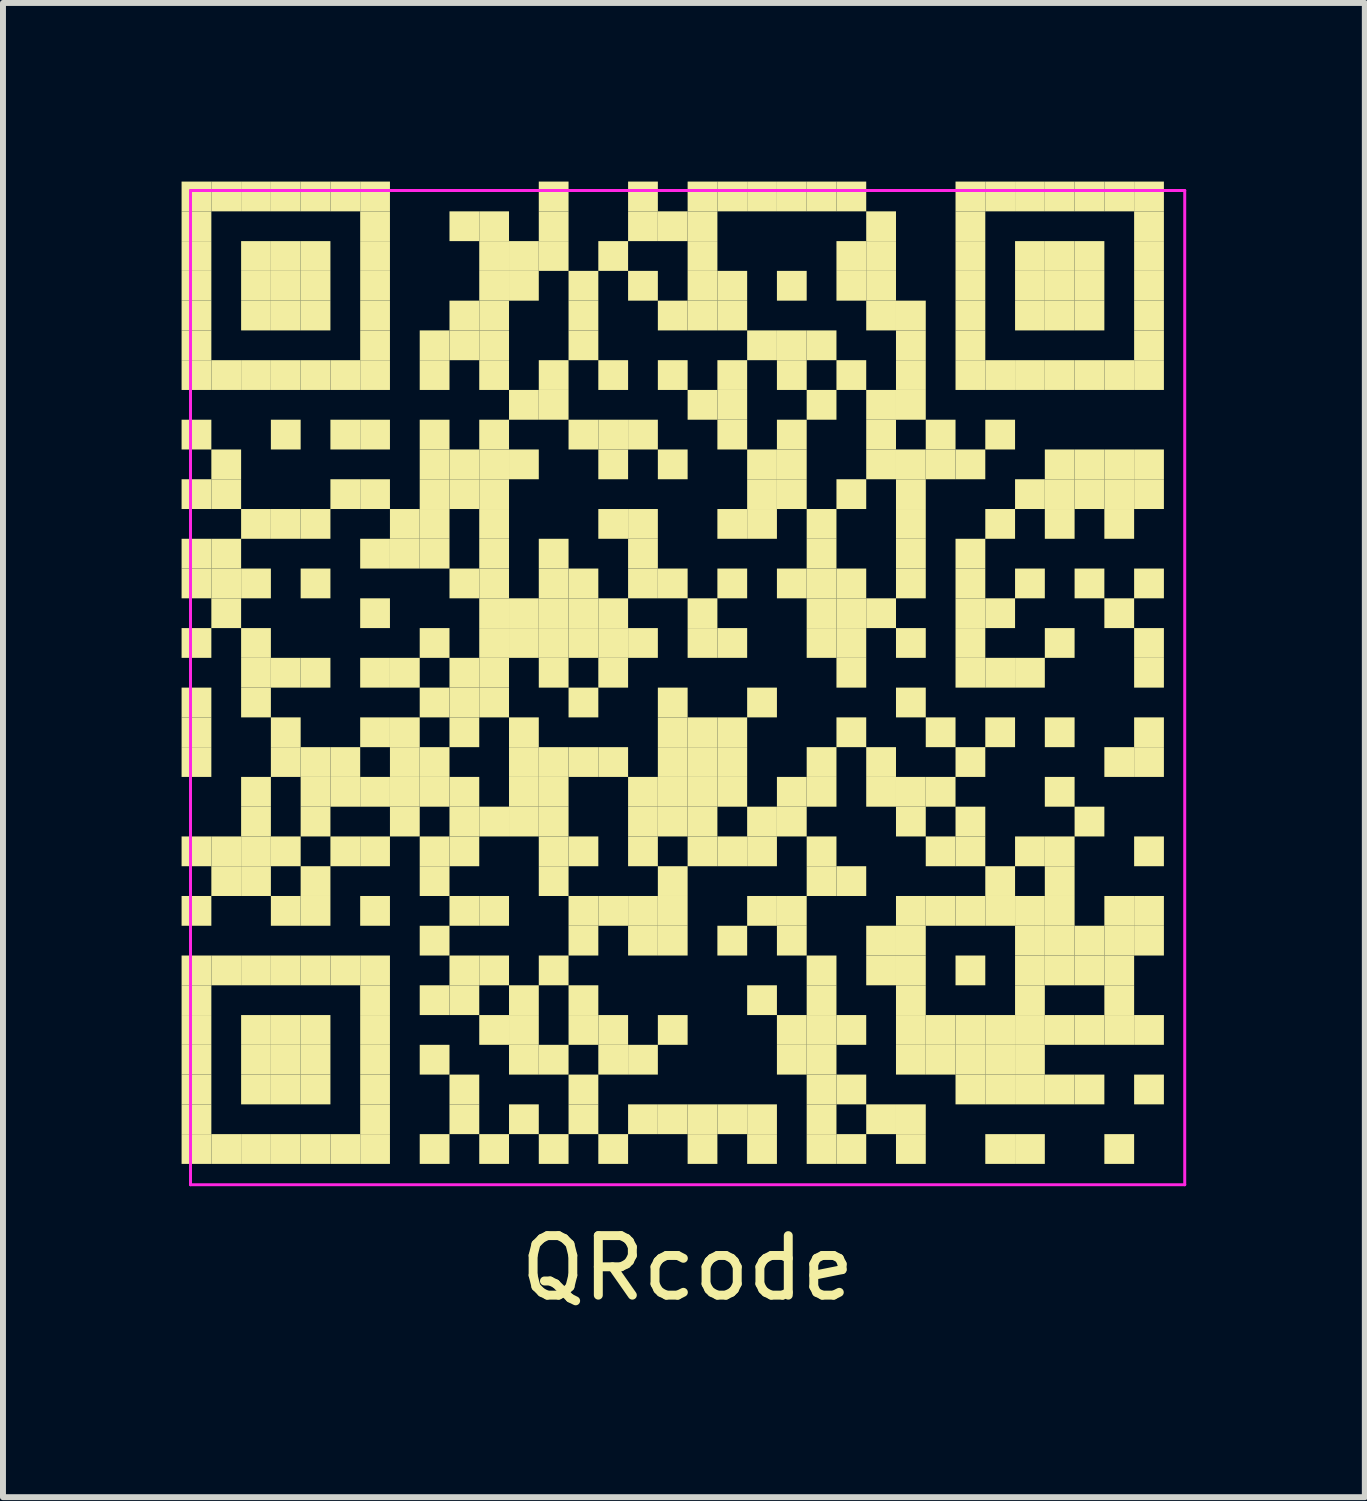
<source format=kicad_pcb>
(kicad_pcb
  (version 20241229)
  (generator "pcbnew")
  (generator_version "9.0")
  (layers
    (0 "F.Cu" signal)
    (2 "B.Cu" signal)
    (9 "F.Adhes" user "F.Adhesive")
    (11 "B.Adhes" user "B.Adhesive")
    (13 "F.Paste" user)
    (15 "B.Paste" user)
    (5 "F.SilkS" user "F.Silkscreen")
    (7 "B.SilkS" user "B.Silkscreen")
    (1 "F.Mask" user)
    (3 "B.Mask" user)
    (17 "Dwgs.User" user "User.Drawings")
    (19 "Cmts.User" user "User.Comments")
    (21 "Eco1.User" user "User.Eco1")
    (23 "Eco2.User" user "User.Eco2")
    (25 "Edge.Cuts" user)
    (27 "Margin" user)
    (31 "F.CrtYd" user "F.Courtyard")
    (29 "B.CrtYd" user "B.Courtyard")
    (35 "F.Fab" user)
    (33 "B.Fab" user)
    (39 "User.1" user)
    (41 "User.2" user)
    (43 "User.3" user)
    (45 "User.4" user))
  (footprint "QRcode"
    (layer "F.Cu")
    (at 8.5 8.5)
    (property "Reference" "QRcode" (at 0 9.75 0) (layer "F.SilkS") (effects (font (size 1 1) (thickness 0.15))))
    (attr through_hole)
    (fp_poly (pts (xy -8 -8) (xy -8 -8.5) (xy -8.5 -8.5) (xy -8.5 -8)) (stroke (width 0) (type solid)) (fill yes) (layer "F.SilkS"))
    (fp_poly (pts (xy -8 -7.5) (xy -8 -8) (xy -8.5 -8) (xy -8.5 -7.5)) (stroke (width 0) (type solid)) (fill yes) (layer "F.SilkS"))
    (fp_poly (pts (xy -8 -7) (xy -8 -7.5) (xy -8.5 -7.5) (xy -8.5 -7)) (stroke (width 0) (type solid)) (fill yes) (layer "F.SilkS"))
    (fp_poly (pts (xy -8 -6.5) (xy -8 -7) (xy -8.5 -7) (xy -8.5 -6.5)) (stroke (width 0) (type solid)) (fill yes) (layer "F.SilkS"))
    (fp_poly (pts (xy -8 -6) (xy -8 -6.5) (xy -8.5 -6.5) (xy -8.5 -6)) (stroke (width 0) (type solid)) (fill yes) (layer "F.SilkS"))
    (fp_poly (pts (xy -8 -5.5) (xy -8 -6) (xy -8.5 -6) (xy -8.5 -5.5)) (stroke (width 0) (type solid)) (fill yes) (layer "F.SilkS"))
    (fp_poly (pts (xy -8 -5) (xy -8 -5.5) (xy -8.5 -5.5) (xy -8.5 -5)) (stroke (width 0) (type solid)) (fill yes) (layer "F.SilkS"))
    (fp_poly (pts (xy -8 -4) (xy -8 -4.5) (xy -8.5 -4.5) (xy -8.5 -4)) (stroke (width 0) (type solid)) (fill yes) (layer "F.SilkS"))
    (fp_poly (pts (xy -8 -3) (xy -8 -3.5) (xy -8.5 -3.5) (xy -8.5 -3)) (stroke (width 0) (type solid)) (fill yes) (layer "F.SilkS"))
    (fp_poly (pts (xy -8 -2) (xy -8 -2.5) (xy -8.5 -2.5) (xy -8.5 -2)) (stroke (width 0) (type solid)) (fill yes) (layer "F.SilkS"))
    (fp_poly (pts (xy -8 -1.5) (xy -8 -2) (xy -8.5 -2) (xy -8.5 -1.5)) (stroke (width 0) (type solid)) (fill yes) (layer "F.SilkS"))
    (fp_poly (pts (xy -8 -0.5) (xy -8 -1) (xy -8.5 -1) (xy -8.5 -0.5)) (stroke (width 0) (type solid)) (fill yes) (layer "F.SilkS"))
    (fp_poly (pts (xy -8 0.5) (xy -8 0) (xy -8.5 0) (xy -8.5 0.5)) (stroke (width 0) (type solid)) (fill yes) (layer "F.SilkS"))
    (fp_poly (pts (xy -8 1) (xy -8 0.5) (xy -8.5 0.5) (xy -8.5 1)) (stroke (width 0) (type solid)) (fill yes) (layer "F.SilkS"))
    (fp_poly (pts (xy -8 1.5) (xy -8 1) (xy -8.5 1) (xy -8.5 1.5)) (stroke (width 0) (type solid)) (fill yes) (layer "F.SilkS"))
    (fp_poly (pts (xy -8 3) (xy -8 2.5) (xy -8.5 2.5) (xy -8.5 3)) (stroke (width 0) (type solid)) (fill yes) (layer "F.SilkS"))
    (fp_poly (pts (xy -8 4) (xy -8 3.5) (xy -8.5 3.5) (xy -8.5 4)) (stroke (width 0) (type solid)) (fill yes) (layer "F.SilkS"))
    (fp_poly (pts (xy -8 5) (xy -8 4.5) (xy -8.5 4.5) (xy -8.5 5)) (stroke (width 0) (type solid)) (fill yes) (layer "F.SilkS"))
    (fp_poly (pts (xy -8 5.5) (xy -8 5) (xy -8.5 5) (xy -8.5 5.5)) (stroke (width 0) (type solid)) (fill yes) (layer "F.SilkS"))
    (fp_poly (pts (xy -8 6) (xy -8 5.5) (xy -8.5 5.5) (xy -8.5 6)) (stroke (width 0) (type solid)) (fill yes) (layer "F.SilkS"))
    (fp_poly (pts (xy -8 6.5) (xy -8 6) (xy -8.5 6) (xy -8.5 6.5)) (stroke (width 0) (type solid)) (fill yes) (layer "F.SilkS"))
    (fp_poly (pts (xy -8 7) (xy -8 6.5) (xy -8.5 6.5) (xy -8.5 7)) (stroke (width 0) (type solid)) (fill yes) (layer "F.SilkS"))
    (fp_poly (pts (xy -8 7.5) (xy -8 7) (xy -8.5 7) (xy -8.5 7.5)) (stroke (width 0) (type solid)) (fill yes) (layer "F.SilkS"))
    (fp_poly (pts (xy -8 8) (xy -8 7.5) (xy -8.5 7.5) (xy -8.5 8)) (stroke (width 0) (type solid)) (fill yes) (layer "F.SilkS"))
    (fp_poly (pts (xy -7.5 -8) (xy -7.5 -8.5) (xy -8 -8.5) (xy -8 -8)) (stroke (width 0) (type solid)) (fill yes) (layer "F.SilkS"))
    (fp_poly (pts (xy -7.5 -5) (xy -7.5 -5.5) (xy -8 -5.5) (xy -8 -5)) (stroke (width 0) (type solid)) (fill yes) (layer "F.SilkS"))
    (fp_poly (pts (xy -7.5 -3.5) (xy -7.5 -4) (xy -8 -4) (xy -8 -3.5)) (stroke (width 0) (type solid)) (fill yes) (layer "F.SilkS"))
    (fp_poly (pts (xy -7.5 -3) (xy -7.5 -3.5) (xy -8 -3.5) (xy -8 -3)) (stroke (width 0) (type solid)) (fill yes) (layer "F.SilkS"))
    (fp_poly (pts (xy -7.5 -2) (xy -7.5 -2.5) (xy -8 -2.5) (xy -8 -2)) (stroke (width 0) (type solid)) (fill yes) (layer "F.SilkS"))
    (fp_poly (pts (xy -7.5 -1.5) (xy -7.5 -2) (xy -8 -2) (xy -8 -1.5)) (stroke (width 0) (type solid)) (fill yes) (layer "F.SilkS"))
    (fp_poly (pts (xy -7.5 -1) (xy -7.5 -1.5) (xy -8 -1.5) (xy -8 -1)) (stroke (width 0) (type solid)) (fill yes) (layer "F.SilkS"))
    (fp_poly (pts (xy -7.5 3) (xy -7.5 2.5) (xy -8 2.5) (xy -8 3)) (stroke (width 0) (type solid)) (fill yes) (layer "F.SilkS"))
    (fp_poly (pts (xy -7.5 3.5) (xy -7.5 3) (xy -8 3) (xy -8 3.5)) (stroke (width 0) (type solid)) (fill yes) (layer "F.SilkS"))
    (fp_poly (pts (xy -7.5 5) (xy -7.5 4.5) (xy -8 4.5) (xy -8 5)) (stroke (width 0) (type solid)) (fill yes) (layer "F.SilkS"))
    (fp_poly (pts (xy -7.5 8) (xy -7.5 7.5) (xy -8 7.5) (xy -8 8)) (stroke (width 0) (type solid)) (fill yes) (layer "F.SilkS"))
    (fp_poly (pts (xy -7 -8) (xy -7 -8.5) (xy -7.5 -8.5) (xy -7.5 -8)) (stroke (width 0) (type solid)) (fill yes) (layer "F.SilkS"))
    (fp_poly (pts (xy -7 -7) (xy -7 -7.5) (xy -7.5 -7.5) (xy -7.5 -7)) (stroke (width 0) (type solid)) (fill yes) (layer "F.SilkS"))
    (fp_poly (pts (xy -7 -6.5) (xy -7 -7) (xy -7.5 -7) (xy -7.5 -6.5)) (stroke (width 0) (type solid)) (fill yes) (layer "F.SilkS"))
    (fp_poly (pts (xy -7 -6) (xy -7 -6.5) (xy -7.5 -6.5) (xy -7.5 -6)) (stroke (width 0) (type solid)) (fill yes) (layer "F.SilkS"))
    (fp_poly (pts (xy -7 -5) (xy -7 -5.5) (xy -7.5 -5.5) (xy -7.5 -5)) (stroke (width 0) (type solid)) (fill yes) (layer "F.SilkS"))
    (fp_poly (pts (xy -7 -2.5) (xy -7 -3) (xy -7.5 -3) (xy -7.5 -2.5)) (stroke (width 0) (type solid)) (fill yes) (layer "F.SilkS"))
    (fp_poly (pts (xy -7 -1.5) (xy -7 -2) (xy -7.5 -2) (xy -7.5 -1.5)) (stroke (width 0) (type solid)) (fill yes) (layer "F.SilkS"))
    (fp_poly (pts (xy -7 -0.5) (xy -7 -1) (xy -7.5 -1) (xy -7.5 -0.5)) (stroke (width 0) (type solid)) (fill yes) (layer "F.SilkS"))
    (fp_poly (pts (xy -7 0) (xy -7 -0.5) (xy -7.5 -0.5) (xy -7.5 0)) (stroke (width 0) (type solid)) (fill yes) (layer "F.SilkS"))
    (fp_poly (pts (xy -7 0.5) (xy -7 0) (xy -7.5 0) (xy -7.5 0.5)) (stroke (width 0) (type solid)) (fill yes) (layer "F.SilkS"))
    (fp_poly (pts (xy -7 2) (xy -7 1.5) (xy -7.5 1.5) (xy -7.5 2)) (stroke (width 0) (type solid)) (fill yes) (layer "F.SilkS"))
    (fp_poly (pts (xy -7 2.5) (xy -7 2) (xy -7.5 2) (xy -7.5 2.5)) (stroke (width 0) (type solid)) (fill yes) (layer "F.SilkS"))
    (fp_poly (pts (xy -7 3) (xy -7 2.5) (xy -7.5 2.5) (xy -7.5 3)) (stroke (width 0) (type solid)) (fill yes) (layer "F.SilkS"))
    (fp_poly (pts (xy -7 3.5) (xy -7 3) (xy -7.5 3) (xy -7.5 3.5)) (stroke (width 0) (type solid)) (fill yes) (layer "F.SilkS"))
    (fp_poly (pts (xy -7 5) (xy -7 4.5) (xy -7.5 4.5) (xy -7.5 5)) (stroke (width 0) (type solid)) (fill yes) (layer "F.SilkS"))
    (fp_poly (pts (xy -7 6) (xy -7 5.5) (xy -7.5 5.5) (xy -7.5 6)) (stroke (width 0) (type solid)) (fill yes) (layer "F.SilkS"))
    (fp_poly (pts (xy -7 6.5) (xy -7 6) (xy -7.5 6) (xy -7.5 6.5)) (stroke (width 0) (type solid)) (fill yes) (layer "F.SilkS"))
    (fp_poly (pts (xy -7 7) (xy -7 6.5) (xy -7.5 6.5) (xy -7.5 7)) (stroke (width 0) (type solid)) (fill yes) (layer "F.SilkS"))
    (fp_poly (pts (xy -7 8) (xy -7 7.5) (xy -7.5 7.5) (xy -7.5 8)) (stroke (width 0) (type solid)) (fill yes) (layer "F.SilkS"))
    (fp_poly (pts (xy -6.5 -8) (xy -6.5 -8.5) (xy -7 -8.5) (xy -7 -8)) (stroke (width 0) (type solid)) (fill yes) (layer "F.SilkS"))
    (fp_poly (pts (xy -6.5 -7) (xy -6.5 -7.5) (xy -7 -7.5) (xy -7 -7)) (stroke (width 0) (type solid)) (fill yes) (layer "F.SilkS"))
    (fp_poly (pts (xy -6.5 -6.5) (xy -6.5 -7) (xy -7 -7) (xy -7 -6.5)) (stroke (width 0) (type solid)) (fill yes) (layer "F.SilkS"))
    (fp_poly (pts (xy -6.5 -6) (xy -6.5 -6.5) (xy -7 -6.5) (xy -7 -6)) (stroke (width 0) (type solid)) (fill yes) (layer "F.SilkS"))
    (fp_poly (pts (xy -6.5 -5) (xy -6.5 -5.5) (xy -7 -5.5) (xy -7 -5)) (stroke (width 0) (type solid)) (fill yes) (layer "F.SilkS"))
    (fp_poly (pts (xy -6.5 -4) (xy -6.5 -4.5) (xy -7 -4.5) (xy -7 -4)) (stroke (width 0) (type solid)) (fill yes) (layer "F.SilkS"))
    (fp_poly (pts (xy -6.5 -2.5) (xy -6.5 -3) (xy -7 -3) (xy -7 -2.5)) (stroke (width 0) (type solid)) (fill yes) (layer "F.SilkS"))
    (fp_poly (pts (xy -6.5 0) (xy -6.5 -0.5) (xy -7 -0.5) (xy -7 0)) (stroke (width 0) (type solid)) (fill yes) (layer "F.SilkS"))
    (fp_poly (pts (xy -6.5 1) (xy -6.5 0.5) (xy -7 0.5) (xy -7 1)) (stroke (width 0) (type solid)) (fill yes) (layer "F.SilkS"))
    (fp_poly (pts (xy -6.5 1.5) (xy -6.5 1) (xy -7 1) (xy -7 1.5)) (stroke (width 0) (type solid)) (fill yes) (layer "F.SilkS"))
    (fp_poly (pts (xy -6.5 3) (xy -6.5 2.5) (xy -7 2.5) (xy -7 3)) (stroke (width 0) (type solid)) (fill yes) (layer "F.SilkS"))
    (fp_poly (pts (xy -6.5 4) (xy -6.5 3.5) (xy -7 3.5) (xy -7 4)) (stroke (width 0) (type solid)) (fill yes) (layer "F.SilkS"))
    (fp_poly (pts (xy -6.5 5) (xy -6.5 4.5) (xy -7 4.5) (xy -7 5)) (stroke (width 0) (type solid)) (fill yes) (layer "F.SilkS"))
    (fp_poly (pts (xy -6.5 6) (xy -6.5 5.5) (xy -7 5.5) (xy -7 6)) (stroke (width 0) (type solid)) (fill yes) (layer "F.SilkS"))
    (fp_poly (pts (xy -6.5 6.5) (xy -6.5 6) (xy -7 6) (xy -7 6.5)) (stroke (width 0) (type solid)) (fill yes) (layer "F.SilkS"))
    (fp_poly (pts (xy -6.5 7) (xy -6.5 6.5) (xy -7 6.5) (xy -7 7)) (stroke (width 0) (type solid)) (fill yes) (layer "F.SilkS"))
    (fp_poly (pts (xy -6.5 8) (xy -6.5 7.5) (xy -7 7.5) (xy -7 8)) (stroke (width 0) (type solid)) (fill yes) (layer "F.SilkS"))
    (fp_poly (pts (xy -6 -8) (xy -6 -8.5) (xy -6.5 -8.5) (xy -6.5 -8)) (stroke (width 0) (type solid)) (fill yes) (layer "F.SilkS"))
    (fp_poly (pts (xy -6 -7) (xy -6 -7.5) (xy -6.5 -7.5) (xy -6.5 -7)) (stroke (width 0) (type solid)) (fill yes) (layer "F.SilkS"))
    (fp_poly (pts (xy -6 -6.5) (xy -6 -7) (xy -6.5 -7) (xy -6.5 -6.5)) (stroke (width 0) (type solid)) (fill yes) (layer "F.SilkS"))
    (fp_poly (pts (xy -6 -6) (xy -6 -6.5) (xy -6.5 -6.5) (xy -6.5 -6)) (stroke (width 0) (type solid)) (fill yes) (layer "F.SilkS"))
    (fp_poly (pts (xy -6 -5) (xy -6 -5.5) (xy -6.5 -5.5) (xy -6.5 -5)) (stroke (width 0) (type solid)) (fill yes) (layer "F.SilkS"))
    (fp_poly (pts (xy -6 -2.5) (xy -6 -3) (xy -6.5 -3) (xy -6.5 -2.5)) (stroke (width 0) (type solid)) (fill yes) (layer "F.SilkS"))
    (fp_poly (pts (xy -6 -1.5) (xy -6 -2) (xy -6.5 -2) (xy -6.5 -1.5)) (stroke (width 0) (type solid)) (fill yes) (layer "F.SilkS"))
    (fp_poly (pts (xy -6 0) (xy -6 -0.5) (xy -6.5 -0.5) (xy -6.5 0)) (stroke (width 0) (type solid)) (fill yes) (layer "F.SilkS"))
    (fp_poly (pts (xy -6 1.5) (xy -6 1) (xy -6.5 1) (xy -6.5 1.5)) (stroke (width 0) (type solid)) (fill yes) (layer "F.SilkS"))
    (fp_poly (pts (xy -6 2) (xy -6 1.5) (xy -6.5 1.5) (xy -6.5 2)) (stroke (width 0) (type solid)) (fill yes) (layer "F.SilkS"))
    (fp_poly (pts (xy -6 2.5) (xy -6 2) (xy -6.5 2) (xy -6.5 2.5)) (stroke (width 0) (type solid)) (fill yes) (layer "F.SilkS"))
    (fp_poly (pts (xy -6 3.5) (xy -6 3) (xy -6.5 3) (xy -6.5 3.5)) (stroke (width 0) (type solid)) (fill yes) (layer "F.SilkS"))
    (fp_poly (pts (xy -6 4) (xy -6 3.5) (xy -6.5 3.5) (xy -6.5 4)) (stroke (width 0) (type solid)) (fill yes) (layer "F.SilkS"))
    (fp_poly (pts (xy -6 5) (xy -6 4.5) (xy -6.5 4.5) (xy -6.5 5)) (stroke (width 0) (type solid)) (fill yes) (layer "F.SilkS"))
    (fp_poly (pts (xy -6 6) (xy -6 5.5) (xy -6.5 5.5) (xy -6.5 6)) (stroke (width 0) (type solid)) (fill yes) (layer "F.SilkS"))
    (fp_poly (pts (xy -6 6.5) (xy -6 6) (xy -6.5 6) (xy -6.5 6.5)) (stroke (width 0) (type solid)) (fill yes) (layer "F.SilkS"))
    (fp_poly (pts (xy -6 7) (xy -6 6.5) (xy -6.5 6.5) (xy -6.5 7)) (stroke (width 0) (type solid)) (fill yes) (layer "F.SilkS"))
    (fp_poly (pts (xy -6 8) (xy -6 7.5) (xy -6.5 7.5) (xy -6.5 8)) (stroke (width 0) (type solid)) (fill yes) (layer "F.SilkS"))
    (fp_poly (pts (xy -5.5 -8) (xy -5.5 -8.5) (xy -6 -8.5) (xy -6 -8)) (stroke (width 0) (type solid)) (fill yes) (layer "F.SilkS"))
    (fp_poly (pts (xy -5.5 -5) (xy -5.5 -5.5) (xy -6 -5.5) (xy -6 -5)) (stroke (width 0) (type solid)) (fill yes) (layer "F.SilkS"))
    (fp_poly (pts (xy -5.5 -4) (xy -5.5 -4.5) (xy -6 -4.5) (xy -6 -4)) (stroke (width 0) (type solid)) (fill yes) (layer "F.SilkS"))
    (fp_poly (pts (xy -5.5 -3) (xy -5.5 -3.5) (xy -6 -3.5) (xy -6 -3)) (stroke (width 0) (type solid)) (fill yes) (layer "F.SilkS"))
    (fp_poly (pts (xy -5.5 1.5) (xy -5.5 1) (xy -6 1) (xy -6 1.5)) (stroke (width 0) (type solid)) (fill yes) (layer "F.SilkS"))
    (fp_poly (pts (xy -5.5 2) (xy -5.5 1.5) (xy -6 1.5) (xy -6 2)) (stroke (width 0) (type solid)) (fill yes) (layer "F.SilkS"))
    (fp_poly (pts (xy -5.5 3) (xy -5.5 2.5) (xy -6 2.5) (xy -6 3)) (stroke (width 0) (type solid)) (fill yes) (layer "F.SilkS"))
    (fp_poly (pts (xy -5.5 5) (xy -5.5 4.5) (xy -6 4.5) (xy -6 5)) (stroke (width 0) (type solid)) (fill yes) (layer "F.SilkS"))
    (fp_poly (pts (xy -5.5 8) (xy -5.5 7.5) (xy -6 7.5) (xy -6 8)) (stroke (width 0) (type solid)) (fill yes) (layer "F.SilkS"))
    (fp_poly (pts (xy -5 -8) (xy -5 -8.5) (xy -5.5 -8.5) (xy -5.5 -8)) (stroke (width 0) (type solid)) (fill yes) (layer "F.SilkS"))
    (fp_poly (pts (xy -5 -7.5) (xy -5 -8) (xy -5.5 -8) (xy -5.5 -7.5)) (stroke (width 0) (type solid)) (fill yes) (layer "F.SilkS"))
    (fp_poly (pts (xy -5 -7) (xy -5 -7.5) (xy -5.5 -7.5) (xy -5.5 -7)) (stroke (width 0) (type solid)) (fill yes) (layer "F.SilkS"))
    (fp_poly (pts (xy -5 -6.5) (xy -5 -7) (xy -5.5 -7) (xy -5.5 -6.5)) (stroke (width 0) (type solid)) (fill yes) (layer "F.SilkS"))
    (fp_poly (pts (xy -5 -6) (xy -5 -6.5) (xy -5.5 -6.5) (xy -5.5 -6)) (stroke (width 0) (type solid)) (fill yes) (layer "F.SilkS"))
    (fp_poly (pts (xy -5 -5.5) (xy -5 -6) (xy -5.5 -6) (xy -5.5 -5.5)) (stroke (width 0) (type solid)) (fill yes) (layer "F.SilkS"))
    (fp_poly (pts (xy -5 -5) (xy -5 -5.5) (xy -5.5 -5.5) (xy -5.5 -5)) (stroke (width 0) (type solid)) (fill yes) (layer "F.SilkS"))
    (fp_poly (pts (xy -5 -4) (xy -5 -4.5) (xy -5.5 -4.5) (xy -5.5 -4)) (stroke (width 0) (type solid)) (fill yes) (layer "F.SilkS"))
    (fp_poly (pts (xy -5 -3) (xy -5 -3.5) (xy -5.5 -3.5) (xy -5.5 -3)) (stroke (width 0) (type solid)) (fill yes) (layer "F.SilkS"))
    (fp_poly (pts (xy -5 -2) (xy -5 -2.5) (xy -5.5 -2.5) (xy -5.5 -2)) (stroke (width 0) (type solid)) (fill yes) (layer "F.SilkS"))
    (fp_poly (pts (xy -5 -1) (xy -5 -1.5) (xy -5.5 -1.5) (xy -5.5 -1)) (stroke (width 0) (type solid)) (fill yes) (layer "F.SilkS"))
    (fp_poly (pts (xy -5 0) (xy -5 -0.5) (xy -5.5 -0.5) (xy -5.5 0)) (stroke (width 0) (type solid)) (fill yes) (layer "F.SilkS"))
    (fp_poly (pts (xy -5 1) (xy -5 0.5) (xy -5.5 0.5) (xy -5.5 1)) (stroke (width 0) (type solid)) (fill yes) (layer "F.SilkS"))
    (fp_poly (pts (xy -5 2) (xy -5 1.5) (xy -5.5 1.5) (xy -5.5 2)) (stroke (width 0) (type solid)) (fill yes) (layer "F.SilkS"))
    (fp_poly (pts (xy -5 3) (xy -5 2.5) (xy -5.5 2.5) (xy -5.5 3)) (stroke (width 0) (type solid)) (fill yes) (layer "F.SilkS"))
    (fp_poly (pts (xy -5 4) (xy -5 3.5) (xy -5.5 3.5) (xy -5.5 4)) (stroke (width 0) (type solid)) (fill yes) (layer "F.SilkS"))
    (fp_poly (pts (xy -5 5) (xy -5 4.5) (xy -5.5 4.5) (xy -5.5 5)) (stroke (width 0) (type solid)) (fill yes) (layer "F.SilkS"))
    (fp_poly (pts (xy -5 5.5) (xy -5 5) (xy -5.5 5) (xy -5.5 5.5)) (stroke (width 0) (type solid)) (fill yes) (layer "F.SilkS"))
    (fp_poly (pts (xy -5 6) (xy -5 5.5) (xy -5.5 5.5) (xy -5.5 6)) (stroke (width 0) (type solid)) (fill yes) (layer "F.SilkS"))
    (fp_poly (pts (xy -5 6.5) (xy -5 6) (xy -5.5 6) (xy -5.5 6.5)) (stroke (width 0) (type solid)) (fill yes) (layer "F.SilkS"))
    (fp_poly (pts (xy -5 7) (xy -5 6.5) (xy -5.5 6.5) (xy -5.5 7)) (stroke (width 0) (type solid)) (fill yes) (layer "F.SilkS"))
    (fp_poly (pts (xy -5 7.5) (xy -5 7) (xy -5.5 7) (xy -5.5 7.5)) (stroke (width 0) (type solid)) (fill yes) (layer "F.SilkS"))
    (fp_poly (pts (xy -5 8) (xy -5 7.5) (xy -5.5 7.5) (xy -5.5 8)) (stroke (width 0) (type solid)) (fill yes) (layer "F.SilkS"))
    (fp_poly (pts (xy -4.5 -2.5) (xy -4.5 -3) (xy -5 -3) (xy -5 -2.5)) (stroke (width 0) (type solid)) (fill yes) (layer "F.SilkS"))
    (fp_poly (pts (xy -4.5 -2) (xy -4.5 -2.5) (xy -5 -2.5) (xy -5 -2)) (stroke (width 0) (type solid)) (fill yes) (layer "F.SilkS"))
    (fp_poly (pts (xy -4.5 0) (xy -4.5 -0.5) (xy -5 -0.5) (xy -5 0)) (stroke (width 0) (type solid)) (fill yes) (layer "F.SilkS"))
    (fp_poly (pts (xy -4.5 1) (xy -4.5 0.5) (xy -5 0.5) (xy -5 1)) (stroke (width 0) (type solid)) (fill yes) (layer "F.SilkS"))
    (fp_poly (pts (xy -4.5 1.5) (xy -4.5 1) (xy -5 1) (xy -5 1.5)) (stroke (width 0) (type solid)) (fill yes) (layer "F.SilkS"))
    (fp_poly (pts (xy -4.5 2) (xy -4.5 1.5) (xy -5 1.5) (xy -5 2)) (stroke (width 0) (type solid)) (fill yes) (layer "F.SilkS"))
    (fp_poly (pts (xy -4.5 2.5) (xy -4.5 2) (xy -5 2) (xy -5 2.5)) (stroke (width 0) (type solid)) (fill yes) (layer "F.SilkS"))
    (fp_poly (pts (xy -4 -5.5) (xy -4 -6) (xy -4.5 -6) (xy -4.5 -5.5)) (stroke (width 0) (type solid)) (fill yes) (layer "F.SilkS"))
    (fp_poly (pts (xy -4 -5) (xy -4 -5.5) (xy -4.5 -5.5) (xy -4.5 -5)) (stroke (width 0) (type solid)) (fill yes) (layer "F.SilkS"))
    (fp_poly (pts (xy -4 -4) (xy -4 -4.5) (xy -4.5 -4.5) (xy -4.5 -4)) (stroke (width 0) (type solid)) (fill yes) (layer "F.SilkS"))
    (fp_poly (pts (xy -4 -3.5) (xy -4 -4) (xy -4.5 -4) (xy -4.5 -3.5)) (stroke (width 0) (type solid)) (fill yes) (layer "F.SilkS"))
    (fp_poly (pts (xy -4 -3) (xy -4 -3.5) (xy -4.5 -3.5) (xy -4.5 -3)) (stroke (width 0) (type solid)) (fill yes) (layer "F.SilkS"))
    (fp_poly (pts (xy -4 -2.5) (xy -4 -3) (xy -4.5 -3) (xy -4.5 -2.5)) (stroke (width 0) (type solid)) (fill yes) (layer "F.SilkS"))
    (fp_poly (pts (xy -4 -2) (xy -4 -2.5) (xy -4.5 -2.5) (xy -4.5 -2)) (stroke (width 0) (type solid)) (fill yes) (layer "F.SilkS"))
    (fp_poly (pts (xy -4 -0.5) (xy -4 -1) (xy -4.5 -1) (xy -4.5 -0.5)) (stroke (width 0) (type solid)) (fill yes) (layer "F.SilkS"))
    (fp_poly (pts (xy -4 0.5) (xy -4 0) (xy -4.5 0) (xy -4.5 0.5)) (stroke (width 0) (type solid)) (fill yes) (layer "F.SilkS"))
    (fp_poly (pts (xy -4 1.5) (xy -4 1) (xy -4.5 1) (xy -4.5 1.5)) (stroke (width 0) (type solid)) (fill yes) (layer "F.SilkS"))
    (fp_poly (pts (xy -4 2) (xy -4 1.5) (xy -4.5 1.5) (xy -4.5 2)) (stroke (width 0) (type solid)) (fill yes) (layer "F.SilkS"))
    (fp_poly (pts (xy -4 3) (xy -4 2.5) (xy -4.5 2.5) (xy -4.5 3)) (stroke (width 0) (type solid)) (fill yes) (layer "F.SilkS"))
    (fp_poly (pts (xy -4 3.5) (xy -4 3) (xy -4.5 3) (xy -4.5 3.5)) (stroke (width 0) (type solid)) (fill yes) (layer "F.SilkS"))
    (fp_poly (pts (xy -4 4.5) (xy -4 4) (xy -4.5 4) (xy -4.5 4.5)) (stroke (width 0) (type solid)) (fill yes) (layer "F.SilkS"))
    (fp_poly (pts (xy -4 5.5) (xy -4 5) (xy -4.5 5) (xy -4.5 5.5)) (stroke (width 0) (type solid)) (fill yes) (layer "F.SilkS"))
    (fp_poly (pts (xy -4 6.5) (xy -4 6) (xy -4.5 6) (xy -4.5 6.5)) (stroke (width 0) (type solid)) (fill yes) (layer "F.SilkS"))
    (fp_poly (pts (xy -4 8) (xy -4 7.5) (xy -4.5 7.5) (xy -4.5 8)) (stroke (width 0) (type solid)) (fill yes) (layer "F.SilkS"))
    (fp_poly (pts (xy -3.5 -7.5) (xy -3.5 -8) (xy -4 -8) (xy -4 -7.5)) (stroke (width 0) (type solid)) (fill yes) (layer "F.SilkS"))
    (fp_poly (pts (xy -3.5 -6) (xy -3.5 -6.5) (xy -4 -6.5) (xy -4 -6)) (stroke (width 0) (type solid)) (fill yes) (layer "F.SilkS"))
    (fp_poly (pts (xy -3.5 -5.5) (xy -3.5 -6) (xy -4 -6) (xy -4 -5.5)) (stroke (width 0) (type solid)) (fill yes) (layer "F.SilkS"))
    (fp_poly (pts (xy -3.5 -3.5) (xy -3.5 -4) (xy -4 -4) (xy -4 -3.5)) (stroke (width 0) (type solid)) (fill yes) (layer "F.SilkS"))
    (fp_poly (pts (xy -3.5 -3) (xy -3.5 -3.5) (xy -4 -3.5) (xy -4 -3)) (stroke (width 0) (type solid)) (fill yes) (layer "F.SilkS"))
    (fp_poly (pts (xy -3.5 -1.5) (xy -3.5 -2) (xy -4 -2) (xy -4 -1.5)) (stroke (width 0) (type solid)) (fill yes) (layer "F.SilkS"))
    (fp_poly (pts (xy -3.5 0) (xy -3.5 -0.5) (xy -4 -0.5) (xy -4 0)) (stroke (width 0) (type solid)) (fill yes) (layer "F.SilkS"))
    (fp_poly (pts (xy -3.5 0.5) (xy -3.5 0) (xy -4 0) (xy -4 0.5)) (stroke (width 0) (type solid)) (fill yes) (layer "F.SilkS"))
    (fp_poly (pts (xy -3.5 1) (xy -3.5 0.5) (xy -4 0.5) (xy -4 1)) (stroke (width 0) (type solid)) (fill yes) (layer "F.SilkS"))
    (fp_poly (pts (xy -3.5 2) (xy -3.5 1.5) (xy -4 1.5) (xy -4 2)) (stroke (width 0) (type solid)) (fill yes) (layer "F.SilkS"))
    (fp_poly (pts (xy -3.5 2.5) (xy -3.5 2) (xy -4 2) (xy -4 2.5)) (stroke (width 0) (type solid)) (fill yes) (layer "F.SilkS"))
    (fp_poly (pts (xy -3.5 3) (xy -3.5 2.5) (xy -4 2.5) (xy -4 3)) (stroke (width 0) (type solid)) (fill yes) (layer "F.SilkS"))
    (fp_poly (pts (xy -3.5 4) (xy -3.5 3.5) (xy -4 3.5) (xy -4 4)) (stroke (width 0) (type solid)) (fill yes) (layer "F.SilkS"))
    (fp_poly (pts (xy -3.5 5) (xy -3.5 4.5) (xy -4 4.5) (xy -4 5)) (stroke (width 0) (type solid)) (fill yes) (layer "F.SilkS"))
    (fp_poly (pts (xy -3.5 5.5) (xy -3.5 5) (xy -4 5) (xy -4 5.5)) (stroke (width 0) (type solid)) (fill yes) (layer "F.SilkS"))
    (fp_poly (pts (xy -3.5 7) (xy -3.5 6.5) (xy -4 6.5) (xy -4 7)) (stroke (width 0) (type solid)) (fill yes) (layer "F.SilkS"))
    (fp_poly (pts (xy -3.5 7.5) (xy -3.5 7) (xy -4 7) (xy -4 7.5)) (stroke (width 0) (type solid)) (fill yes) (layer "F.SilkS"))
    (fp_poly (pts (xy -3 -7.5) (xy -3 -8) (xy -3.5 -8) (xy -3.5 -7.5)) (stroke (width 0) (type solid)) (fill yes) (layer "F.SilkS"))
    (fp_poly (pts (xy -3 -7) (xy -3 -7.5) (xy -3.5 -7.5) (xy -3.5 -7)) (stroke (width 0) (type solid)) (fill yes) (layer "F.SilkS"))
    (fp_poly (pts (xy -3 -6.5) (xy -3 -7) (xy -3.5 -7) (xy -3.5 -6.5)) (stroke (width 0) (type solid)) (fill yes) (layer "F.SilkS"))
    (fp_poly (pts (xy -3 -6) (xy -3 -6.5) (xy -3.5 -6.5) (xy -3.5 -6)) (stroke (width 0) (type solid)) (fill yes) (layer "F.SilkS"))
    (fp_poly (pts (xy -3 -5.5) (xy -3 -6) (xy -3.5 -6) (xy -3.5 -5.5)) (stroke (width 0) (type solid)) (fill yes) (layer "F.SilkS"))
    (fp_poly (pts (xy -3 -5) (xy -3 -5.5) (xy -3.5 -5.5) (xy -3.5 -5)) (stroke (width 0) (type solid)) (fill yes) (layer "F.SilkS"))
    (fp_poly (pts (xy -3 -4) (xy -3 -4.5) (xy -3.5 -4.5) (xy -3.5 -4)) (stroke (width 0) (type solid)) (fill yes) (layer "F.SilkS"))
    (fp_poly (pts (xy -3 -3.5) (xy -3 -4) (xy -3.5 -4) (xy -3.5 -3.5)) (stroke (width 0) (type solid)) (fill yes) (layer "F.SilkS"))
    (fp_poly (pts (xy -3 -3) (xy -3 -3.5) (xy -3.5 -3.5) (xy -3.5 -3)) (stroke (width 0) (type solid)) (fill yes) (layer "F.SilkS"))
    (fp_poly (pts (xy -3 -2.5) (xy -3 -3) (xy -3.5 -3) (xy -3.5 -2.5)) (stroke (width 0) (type solid)) (fill yes) (layer "F.SilkS"))
    (fp_poly (pts (xy -3 -2) (xy -3 -2.5) (xy -3.5 -2.5) (xy -3.5 -2)) (stroke (width 0) (type solid)) (fill yes) (layer "F.SilkS"))
    (fp_poly (pts (xy -3 -1.5) (xy -3 -2) (xy -3.5 -2) (xy -3.5 -1.5)) (stroke (width 0) (type solid)) (fill yes) (layer "F.SilkS"))
    (fp_poly (pts (xy -3 -1) (xy -3 -1.5) (xy -3.5 -1.5) (xy -3.5 -1)) (stroke (width 0) (type solid)) (fill yes) (layer "F.SilkS"))
    (fp_poly (pts (xy -3 -0.5) (xy -3 -1) (xy -3.5 -1) (xy -3.5 -0.5)) (stroke (width 0) (type solid)) (fill yes) (layer "F.SilkS"))
    (fp_poly (pts (xy -3 0) (xy -3 -0.5) (xy -3.5 -0.5) (xy -3.5 0)) (stroke (width 0) (type solid)) (fill yes) (layer "F.SilkS"))
    (fp_poly (pts (xy -3 0.5) (xy -3 0) (xy -3.5 0) (xy -3.5 0.5)) (stroke (width 0) (type solid)) (fill yes) (layer "F.SilkS"))
    (fp_poly (pts (xy -3 2.5) (xy -3 2) (xy -3.5 2) (xy -3.5 2.5)) (stroke (width 0) (type solid)) (fill yes) (layer "F.SilkS"))
    (fp_poly (pts (xy -3 4) (xy -3 3.5) (xy -3.5 3.5) (xy -3.5 4)) (stroke (width 0) (type solid)) (fill yes) (layer "F.SilkS"))
    (fp_poly (pts (xy -3 5) (xy -3 4.5) (xy -3.5 4.5) (xy -3.5 5)) (stroke (width 0) (type solid)) (fill yes) (layer "F.SilkS"))
    (fp_poly (pts (xy -3 6) (xy -3 5.5) (xy -3.5 5.5) (xy -3.5 6)) (stroke (width 0) (type solid)) (fill yes) (layer "F.SilkS"))
    (fp_poly (pts (xy -3 8) (xy -3 7.5) (xy -3.5 7.5) (xy -3.5 8)) (stroke (width 0) (type solid)) (fill yes) (layer "F.SilkS"))
    (fp_poly (pts (xy -2.5 -7) (xy -2.5 -7.5) (xy -3 -7.5) (xy -3 -7)) (stroke (width 0) (type solid)) (fill yes) (layer "F.SilkS"))
    (fp_poly (pts (xy -2.5 -6.5) (xy -2.5 -7) (xy -3 -7) (xy -3 -6.5)) (stroke (width 0) (type solid)) (fill yes) (layer "F.SilkS"))
    (fp_poly (pts (xy -2.5 -4.5) (xy -2.5 -5) (xy -3 -5) (xy -3 -4.5)) (stroke (width 0) (type solid)) (fill yes) (layer "F.SilkS"))
    (fp_poly (pts (xy -2.5 -3.5) (xy -2.5 -4) (xy -3 -4) (xy -3 -3.5)) (stroke (width 0) (type solid)) (fill yes) (layer "F.SilkS"))
    (fp_poly (pts (xy -2.5 -1) (xy -2.5 -1.5) (xy -3 -1.5) (xy -3 -1)) (stroke (width 0) (type solid)) (fill yes) (layer "F.SilkS"))
    (fp_poly (pts (xy -2.5 -0.5) (xy -2.5 -1) (xy -3 -1) (xy -3 -0.5)) (stroke (width 0) (type solid)) (fill yes) (layer "F.SilkS"))
    (fp_poly (pts (xy -2.5 1) (xy -2.5 0.5) (xy -3 0.5) (xy -3 1)) (stroke (width 0) (type solid)) (fill yes) (layer "F.SilkS"))
    (fp_poly (pts (xy -2.5 1.5) (xy -2.5 1) (xy -3 1) (xy -3 1.5)) (stroke (width 0) (type solid)) (fill yes) (layer "F.SilkS"))
    (fp_poly (pts (xy -2.5 2) (xy -2.5 1.5) (xy -3 1.5) (xy -3 2)) (stroke (width 0) (type solid)) (fill yes) (layer "F.SilkS"))
    (fp_poly (pts (xy -2.5 2.5) (xy -2.5 2) (xy -3 2) (xy -3 2.5)) (stroke (width 0) (type solid)) (fill yes) (layer "F.SilkS"))
    (fp_poly (pts (xy -2.5 5.5) (xy -2.5 5) (xy -3 5) (xy -3 5.5)) (stroke (width 0) (type solid)) (fill yes) (layer "F.SilkS"))
    (fp_poly (pts (xy -2.5 6) (xy -2.5 5.5) (xy -3 5.5) (xy -3 6)) (stroke (width 0) (type solid)) (fill yes) (layer "F.SilkS"))
    (fp_poly (pts (xy -2.5 6.5) (xy -2.5 6) (xy -3 6) (xy -3 6.5)) (stroke (width 0) (type solid)) (fill yes) (layer "F.SilkS"))
    (fp_poly (pts (xy -2.5 7.5) (xy -2.5 7) (xy -3 7) (xy -3 7.5)) (stroke (width 0) (type solid)) (fill yes) (layer "F.SilkS"))
    (fp_poly (pts (xy -2 -8) (xy -2 -8.5) (xy -2.5 -8.5) (xy -2.5 -8)) (stroke (width 0) (type solid)) (fill yes) (layer "F.SilkS"))
    (fp_poly (pts (xy -2 -7.5) (xy -2 -8) (xy -2.5 -8) (xy -2.5 -7.5)) (stroke (width 0) (type solid)) (fill yes) (layer "F.SilkS"))
    (fp_poly (pts (xy -2 -7) (xy -2 -7.5) (xy -2.5 -7.5) (xy -2.5 -7)) (stroke (width 0) (type solid)) (fill yes) (layer "F.SilkS"))
    (fp_poly (pts (xy -2 -5) (xy -2 -5.5) (xy -2.5 -5.5) (xy -2.5 -5)) (stroke (width 0) (type solid)) (fill yes) (layer "F.SilkS"))
    (fp_poly (pts (xy -2 -4.5) (xy -2 -5) (xy -2.5 -5) (xy -2.5 -4.5)) (stroke (width 0) (type solid)) (fill yes) (layer "F.SilkS"))
    (fp_poly (pts (xy -2 -2) (xy -2 -2.5) (xy -2.5 -2.5) (xy -2.5 -2)) (stroke (width 0) (type solid)) (fill yes) (layer "F.SilkS"))
    (fp_poly (pts (xy -2 -1.5) (xy -2 -2) (xy -2.5 -2) (xy -2.5 -1.5)) (stroke (width 0) (type solid)) (fill yes) (layer "F.SilkS"))
    (fp_poly (pts (xy -2 -1) (xy -2 -1.5) (xy -2.5 -1.5) (xy -2.5 -1)) (stroke (width 0) (type solid)) (fill yes) (layer "F.SilkS"))
    (fp_poly (pts (xy -2 -0.5) (xy -2 -1) (xy -2.5 -1) (xy -2.5 -0.5)) (stroke (width 0) (type solid)) (fill yes) (layer "F.SilkS"))
    (fp_poly (pts (xy -2 0) (xy -2 -0.5) (xy -2.5 -0.5) (xy -2.5 0)) (stroke (width 0) (type solid)) (fill yes) (layer "F.SilkS"))
    (fp_poly (pts (xy -2 1.5) (xy -2 1) (xy -2.5 1) (xy -2.5 1.5)) (stroke (width 0) (type solid)) (fill yes) (layer "F.SilkS"))
    (fp_poly (pts (xy -2 2) (xy -2 1.5) (xy -2.5 1.5) (xy -2.5 2)) (stroke (width 0) (type solid)) (fill yes) (layer "F.SilkS"))
    (fp_poly (pts (xy -2 2.5) (xy -2 2) (xy -2.5 2) (xy -2.5 2.5)) (stroke (width 0) (type solid)) (fill yes) (layer "F.SilkS"))
    (fp_poly (pts (xy -2 3) (xy -2 2.5) (xy -2.5 2.5) (xy -2.5 3)) (stroke (width 0) (type solid)) (fill yes) (layer "F.SilkS"))
    (fp_poly (pts (xy -2 3.5) (xy -2 3) (xy -2.5 3) (xy -2.5 3.5)) (stroke (width 0) (type solid)) (fill yes) (layer "F.SilkS"))
    (fp_poly (pts (xy -2 5) (xy -2 4.5) (xy -2.5 4.5) (xy -2.5 5)) (stroke (width 0) (type solid)) (fill yes) (layer "F.SilkS"))
    (fp_poly (pts (xy -2 6.5) (xy -2 6) (xy -2.5 6) (xy -2.5 6.5)) (stroke (width 0) (type solid)) (fill yes) (layer "F.SilkS"))
    (fp_poly (pts (xy -2 8) (xy -2 7.5) (xy -2.5 7.5) (xy -2.5 8)) (stroke (width 0) (type solid)) (fill yes) (layer "F.SilkS"))
    (fp_poly (pts (xy -1.5 -6.5) (xy -1.5 -7) (xy -2 -7) (xy -2 -6.5)) (stroke (width 0) (type solid)) (fill yes) (layer "F.SilkS"))
    (fp_poly (pts (xy -1.5 -6) (xy -1.5 -6.5) (xy -2 -6.5) (xy -2 -6)) (stroke (width 0) (type solid)) (fill yes) (layer "F.SilkS"))
    (fp_poly (pts (xy -1.5 -5.5) (xy -1.5 -6) (xy -2 -6) (xy -2 -5.5)) (stroke (width 0) (type solid)) (fill yes) (layer "F.SilkS"))
    (fp_poly (pts (xy -1.5 -4) (xy -1.5 -4.5) (xy -2 -4.5) (xy -2 -4)) (stroke (width 0) (type solid)) (fill yes) (layer "F.SilkS"))
    (fp_poly (pts (xy -1.5 -1.5) (xy -1.5 -2) (xy -2 -2) (xy -2 -1.5)) (stroke (width 0) (type solid)) (fill yes) (layer "F.SilkS"))
    (fp_poly (pts (xy -1.5 -1) (xy -1.5 -1.5) (xy -2 -1.5) (xy -2 -1)) (stroke (width 0) (type solid)) (fill yes) (layer "F.SilkS"))
    (fp_poly (pts (xy -1.5 -0.5) (xy -1.5 -1) (xy -2 -1) (xy -2 -0.5)) (stroke (width 0) (type solid)) (fill yes) (layer "F.SilkS"))
    (fp_poly (pts (xy -1.5 0.5) (xy -1.5 0) (xy -2 0) (xy -2 0.5)) (stroke (width 0) (type solid)) (fill yes) (layer "F.SilkS"))
    (fp_poly (pts (xy -1.5 1.5) (xy -1.5 1) (xy -2 1) (xy -2 1.5)) (stroke (width 0) (type solid)) (fill yes) (layer "F.SilkS"))
    (fp_poly (pts (xy -1.5 3) (xy -1.5 2.5) (xy -2 2.5) (xy -2 3)) (stroke (width 0) (type solid)) (fill yes) (layer "F.SilkS"))
    (fp_poly (pts (xy -1.5 4) (xy -1.5 3.5) (xy -2 3.5) (xy -2 4)) (stroke (width 0) (type solid)) (fill yes) (layer "F.SilkS"))
    (fp_poly (pts (xy -1.5 4.5) (xy -1.5 4) (xy -2 4) (xy -2 4.5)) (stroke (width 0) (type solid)) (fill yes) (layer "F.SilkS"))
    (fp_poly (pts (xy -1.5 5.5) (xy -1.5 5) (xy -2 5) (xy -2 5.5)) (stroke (width 0) (type solid)) (fill yes) (layer "F.SilkS"))
    (fp_poly (pts (xy -1.5 6) (xy -1.5 5.5) (xy -2 5.5) (xy -2 6)) (stroke (width 0) (type solid)) (fill yes) (layer "F.SilkS"))
    (fp_poly (pts (xy -1.5 7) (xy -1.5 6.5) (xy -2 6.5) (xy -2 7)) (stroke (width 0) (type solid)) (fill yes) (layer "F.SilkS"))
    (fp_poly (pts (xy -1.5 7.5) (xy -1.5 7) (xy -2 7) (xy -2 7.5)) (stroke (width 0) (type solid)) (fill yes) (layer "F.SilkS"))
    (fp_poly (pts (xy -1 -7) (xy -1 -7.5) (xy -1.5 -7.5) (xy -1.5 -7)) (stroke (width 0) (type solid)) (fill yes) (layer "F.SilkS"))
    (fp_poly (pts (xy -1 -5) (xy -1 -5.5) (xy -1.5 -5.5) (xy -1.5 -5)) (stroke (width 0) (type solid)) (fill yes) (layer "F.SilkS"))
    (fp_poly (pts (xy -1 -4) (xy -1 -4.5) (xy -1.5 -4.5) (xy -1.5 -4)) (stroke (width 0) (type solid)) (fill yes) (layer "F.SilkS"))
    (fp_poly (pts (xy -1 -3.5) (xy -1 -4) (xy -1.5 -4) (xy -1.5 -3.5)) (stroke (width 0) (type solid)) (fill yes) (layer "F.SilkS"))
    (fp_poly (pts (xy -1 -2.5) (xy -1 -3) (xy -1.5 -3) (xy -1.5 -2.5)) (stroke (width 0) (type solid)) (fill yes) (layer "F.SilkS"))
    (fp_poly (pts (xy -1 -1) (xy -1 -1.5) (xy -1.5 -1.5) (xy -1.5 -1)) (stroke (width 0) (type solid)) (fill yes) (layer "F.SilkS"))
    (fp_poly (pts (xy -1 -0.5) (xy -1 -1) (xy -1.5 -1) (xy -1.5 -0.5)) (stroke (width 0) (type solid)) (fill yes) (layer "F.SilkS"))
    (fp_poly (pts (xy -1 0) (xy -1 -0.5) (xy -1.5 -0.5) (xy -1.5 0)) (stroke (width 0) (type solid)) (fill yes) (layer "F.SilkS"))
    (fp_poly (pts (xy -1 1.5) (xy -1 1) (xy -1.5 1) (xy -1.5 1.5)) (stroke (width 0) (type solid)) (fill yes) (layer "F.SilkS"))
    (fp_poly (pts (xy -1 4) (xy -1 3.5) (xy -1.5 3.5) (xy -1.5 4)) (stroke (width 0) (type solid)) (fill yes) (layer "F.SilkS"))
    (fp_poly (pts (xy -1 6) (xy -1 5.5) (xy -1.5 5.5) (xy -1.5 6)) (stroke (width 0) (type solid)) (fill yes) (layer "F.SilkS"))
    (fp_poly (pts (xy -1 6.5) (xy -1 6) (xy -1.5 6) (xy -1.5 6.5)) (stroke (width 0) (type solid)) (fill yes) (layer "F.SilkS"))
    (fp_poly (pts (xy -1 8) (xy -1 7.5) (xy -1.5 7.5) (xy -1.5 8)) (stroke (width 0) (type solid)) (fill yes) (layer "F.SilkS"))
    (fp_poly (pts (xy -0.5 -8) (xy -0.5 -8.5) (xy -1 -8.5) (xy -1 -8)) (stroke (width 0) (type solid)) (fill yes) (layer "F.SilkS"))
    (fp_poly (pts (xy -0.5 -7.5) (xy -0.5 -8) (xy -1 -8) (xy -1 -7.5)) (stroke (width 0) (type solid)) (fill yes) (layer "F.SilkS"))
    (fp_poly (pts (xy -0.5 -6.5) (xy -0.5 -7) (xy -1 -7) (xy -1 -6.5)) (stroke (width 0) (type solid)) (fill yes) (layer "F.SilkS"))
    (fp_poly (pts (xy -0.5 -4) (xy -0.5 -4.5) (xy -1 -4.5) (xy -1 -4)) (stroke (width 0) (type solid)) (fill yes) (layer "F.SilkS"))
    (fp_poly (pts (xy -0.5 -2.5) (xy -0.5 -3) (xy -1 -3) (xy -1 -2.5)) (stroke (width 0) (type solid)) (fill yes) (layer "F.SilkS"))
    (fp_poly (pts (xy -0.5 -2) (xy -0.5 -2.5) (xy -1 -2.5) (xy -1 -2)) (stroke (width 0) (type solid)) (fill yes) (layer "F.SilkS"))
    (fp_poly (pts (xy -0.5 -1.5) (xy -0.5 -2) (xy -1 -2) (xy -1 -1.5)) (stroke (width 0) (type solid)) (fill yes) (layer "F.SilkS"))
    (fp_poly (pts (xy -0.5 -0.5) (xy -0.5 -1) (xy -1 -1) (xy -1 -0.5)) (stroke (width 0) (type solid)) (fill yes) (layer "F.SilkS"))
    (fp_poly (pts (xy -0.5 2) (xy -0.5 1.5) (xy -1 1.5) (xy -1 2)) (stroke (width 0) (type solid)) (fill yes) (layer "F.SilkS"))
    (fp_poly (pts (xy -0.5 2.5) (xy -0.5 2) (xy -1 2) (xy -1 2.5)) (stroke (width 0) (type solid)) (fill yes) (layer "F.SilkS"))
    (fp_poly (pts (xy -0.5 3) (xy -0.5 2.5) (xy -1 2.5) (xy -1 3)) (stroke (width 0) (type solid)) (fill yes) (layer "F.SilkS"))
    (fp_poly (pts (xy -0.5 4) (xy -0.5 3.5) (xy -1 3.5) (xy -1 4)) (stroke (width 0) (type solid)) (fill yes) (layer "F.SilkS"))
    (fp_poly (pts (xy -0.5 4.5) (xy -0.5 4) (xy -1 4) (xy -1 4.5)) (stroke (width 0) (type solid)) (fill yes) (layer "F.SilkS"))
    (fp_poly (pts (xy -0.5 6.5) (xy -0.5 6) (xy -1 6) (xy -1 6.5)) (stroke (width 0) (type solid)) (fill yes) (layer "F.SilkS"))
    (fp_poly (pts (xy -0.5 7.5) (xy -0.5 7) (xy -1 7) (xy -1 7.5)) (stroke (width 0) (type solid)) (fill yes) (layer "F.SilkS"))
    (fp_poly (pts (xy 0 -7.5) (xy 0 -8) (xy -0.5 -8) (xy -0.5 -7.5)) (stroke (width 0) (type solid)) (fill yes) (layer "F.SilkS"))
    (fp_poly (pts (xy 0 -6) (xy 0 -6.5) (xy -0.5 -6.5) (xy -0.5 -6)) (stroke (width 0) (type solid)) (fill yes) (layer "F.SilkS"))
    (fp_poly (pts (xy 0 -5) (xy 0 -5.5) (xy -0.5 -5.5) (xy -0.5 -5)) (stroke (width 0) (type solid)) (fill yes) (layer "F.SilkS"))
    (fp_poly (pts (xy 0 -3.5) (xy 0 -4) (xy -0.5 -4) (xy -0.5 -3.5)) (stroke (width 0) (type solid)) (fill yes) (layer "F.SilkS"))
    (fp_poly (pts (xy 0 -1.5) (xy 0 -2) (xy -0.5 -2) (xy -0.5 -1.5)) (stroke (width 0) (type solid)) (fill yes) (layer "F.SilkS"))
    (fp_poly (pts (xy 0 0.5) (xy 0 0) (xy -0.5 0) (xy -0.5 0.5)) (stroke (width 0) (type solid)) (fill yes) (layer "F.SilkS"))
    (fp_poly (pts (xy 0 1) (xy 0 0.5) (xy -0.5 0.5) (xy -0.5 1)) (stroke (width 0) (type solid)) (fill yes) (layer "F.SilkS"))
    (fp_poly (pts (xy 0 1.5) (xy 0 1) (xy -0.5 1) (xy -0.5 1.5)) (stroke (width 0) (type solid)) (fill yes) (layer "F.SilkS"))
    (fp_poly (pts (xy 0 2) (xy 0 1.5) (xy -0.5 1.5) (xy -0.5 2)) (stroke (width 0) (type solid)) (fill yes) (layer "F.SilkS"))
    (fp_poly (pts (xy 0 2.5) (xy 0 2) (xy -0.5 2) (xy -0.5 2.5)) (stroke (width 0) (type solid)) (fill yes) (layer "F.SilkS"))
    (fp_poly (pts (xy 0 3.5) (xy 0 3) (xy -0.5 3) (xy -0.5 3.5)) (stroke (width 0) (type solid)) (fill yes) (layer "F.SilkS"))
    (fp_poly (pts (xy 0 4) (xy 0 3.5) (xy -0.5 3.5) (xy -0.5 4)) (stroke (width 0) (type solid)) (fill yes) (layer "F.SilkS"))
    (fp_poly (pts (xy 0 4.5) (xy 0 4) (xy -0.5 4) (xy -0.5 4.5)) (stroke (width 0) (type solid)) (fill yes) (layer "F.SilkS"))
    (fp_poly (pts (xy 0 6) (xy 0 5.5) (xy -0.5 5.5) (xy -0.5 6)) (stroke (width 0) (type solid)) (fill yes) (layer "F.SilkS"))
    (fp_poly (pts (xy 0 7.5) (xy 0 7) (xy -0.5 7) (xy -0.5 7.5)) (stroke (width 0) (type solid)) (fill yes) (layer "F.SilkS"))
    (fp_poly (pts (xy 0.5 -8) (xy 0.5 -8.5) (xy 0 -8.5) (xy 0 -8)) (stroke (width 0) (type solid)) (fill yes) (layer "F.SilkS"))
    (fp_poly (pts (xy 0.5 -7.5) (xy 0.5 -8) (xy 0 -8) (xy 0 -7.5)) (stroke (width 0) (type solid)) (fill yes) (layer "F.SilkS"))
    (fp_poly (pts (xy 0.5 -7) (xy 0.5 -7.5) (xy 0 -7.5) (xy 0 -7)) (stroke (width 0) (type solid)) (fill yes) (layer "F.SilkS"))
    (fp_poly (pts (xy 0.5 -6.5) (xy 0.5 -7) (xy 0 -7) (xy 0 -6.5)) (stroke (width 0) (type solid)) (fill yes) (layer "F.SilkS"))
    (fp_poly (pts (xy 0.5 -6) (xy 0.5 -6.5) (xy 0 -6.5) (xy 0 -6)) (stroke (width 0) (type solid)) (fill yes) (layer "F.SilkS"))
    (fp_poly (pts (xy 0.5 -4.5) (xy 0.5 -5) (xy 0 -5) (xy 0 -4.5)) (stroke (width 0) (type solid)) (fill yes) (layer "F.SilkS"))
    (fp_poly (pts (xy 0.5 -1) (xy 0.5 -1.5) (xy 0 -1.5) (xy 0 -1)) (stroke (width 0) (type solid)) (fill yes) (layer "F.SilkS"))
    (fp_poly (pts (xy 0.5 -0.5) (xy 0.5 -1) (xy 0 -1) (xy 0 -0.5)) (stroke (width 0) (type solid)) (fill yes) (layer "F.SilkS"))
    (fp_poly (pts (xy 0.5 1) (xy 0.5 0.5) (xy 0 0.5) (xy 0 1)) (stroke (width 0) (type solid)) (fill yes) (layer "F.SilkS"))
    (fp_poly (pts (xy 0.5 1.5) (xy 0.5 1) (xy 0 1) (xy 0 1.5)) (stroke (width 0) (type solid)) (fill yes) (layer "F.SilkS"))
    (fp_poly (pts (xy 0.5 2) (xy 0.5 1.5) (xy 0 1.5) (xy 0 2)) (stroke (width 0) (type solid)) (fill yes) (layer "F.SilkS"))
    (fp_poly (pts (xy 0.5 2.5) (xy 0.5 2) (xy 0 2) (xy 0 2.5)) (stroke (width 0) (type solid)) (fill yes) (layer "F.SilkS"))
    (fp_poly (pts (xy 0.5 3) (xy 0.5 2.5) (xy 0 2.5) (xy 0 3)) (stroke (width 0) (type solid)) (fill yes) (layer "F.SilkS"))
    (fp_poly (pts (xy 0.5 7.5) (xy 0.5 7) (xy 0 7) (xy 0 7.5)) (stroke (width 0) (type solid)) (fill yes) (layer "F.SilkS"))
    (fp_poly (pts (xy 0.5 8) (xy 0.5 7.5) (xy 0 7.5) (xy 0 8)) (stroke (width 0) (type solid)) (fill yes) (layer "F.SilkS"))
    (fp_poly (pts (xy 1 -8) (xy 1 -8.5) (xy 0.5 -8.5) (xy 0.5 -8)) (stroke (width 0) (type solid)) (fill yes) (layer "F.SilkS"))
    (fp_poly (pts (xy 1 -6.5) (xy 1 -7) (xy 0.5 -7) (xy 0.5 -6.5)) (stroke (width 0) (type solid)) (fill yes) (layer "F.SilkS"))
    (fp_poly (pts (xy 1 -6) (xy 1 -6.5) (xy 0.5 -6.5) (xy 0.5 -6)) (stroke (width 0) (type solid)) (fill yes) (layer "F.SilkS"))
    (fp_poly (pts (xy 1 -5) (xy 1 -5.5) (xy 0.5 -5.5) (xy 0.5 -5)) (stroke (width 0) (type solid)) (fill yes) (layer "F.SilkS"))
    (fp_poly (pts (xy 1 -4.5) (xy 1 -5) (xy 0.5 -5) (xy 0.5 -4.5)) (stroke (width 0) (type solid)) (fill yes) (layer "F.SilkS"))
    (fp_poly (pts (xy 1 -4) (xy 1 -4.5) (xy 0.5 -4.5) (xy 0.5 -4)) (stroke (width 0) (type solid)) (fill yes) (layer "F.SilkS"))
    (fp_poly (pts (xy 1 -2.5) (xy 1 -3) (xy 0.5 -3) (xy 0.5 -2.5)) (stroke (width 0) (type solid)) (fill yes) (layer "F.SilkS"))
    (fp_poly (pts (xy 1 -1.5) (xy 1 -2) (xy 0.5 -2) (xy 0.5 -1.5)) (stroke (width 0) (type solid)) (fill yes) (layer "F.SilkS"))
    (fp_poly (pts (xy 1 -0.5) (xy 1 -1) (xy 0.5 -1) (xy 0.5 -0.5)) (stroke (width 0) (type solid)) (fill yes) (layer "F.SilkS"))
    (fp_poly (pts (xy 1 1) (xy 1 0.5) (xy 0.5 0.5) (xy 0.5 1)) (stroke (width 0) (type solid)) (fill yes) (layer "F.SilkS"))
    (fp_poly (pts (xy 1 1.5) (xy 1 1) (xy 0.5 1) (xy 0.5 1.5)) (stroke (width 0) (type solid)) (fill yes) (layer "F.SilkS"))
    (fp_poly (pts (xy 1 2) (xy 1 1.5) (xy 0.5 1.5) (xy 0.5 2)) (stroke (width 0) (type solid)) (fill yes) (layer "F.SilkS"))
    (fp_poly (pts (xy 1 3) (xy 1 2.5) (xy 0.5 2.5) (xy 0.5 3)) (stroke (width 0) (type solid)) (fill yes) (layer "F.SilkS"))
    (fp_poly (pts (xy 1 4.5) (xy 1 4) (xy 0.5 4) (xy 0.5 4.5)) (stroke (width 0) (type solid)) (fill yes) (layer "F.SilkS"))
    (fp_poly (pts (xy 1 7.5) (xy 1 7) (xy 0.5 7) (xy 0.5 7.5)) (stroke (width 0) (type solid)) (fill yes) (layer "F.SilkS"))
    (fp_poly (pts (xy 1.5 -8) (xy 1.5 -8.5) (xy 1 -8.5) (xy 1 -8)) (stroke (width 0) (type solid)) (fill yes) (layer "F.SilkS"))
    (fp_poly (pts (xy 1.5 -5.5) (xy 1.5 -6) (xy 1 -6) (xy 1 -5.5)) (stroke (width 0) (type solid)) (fill yes) (layer "F.SilkS"))
    (fp_poly (pts (xy 1.5 -3.5) (xy 1.5 -4) (xy 1 -4) (xy 1 -3.5)) (stroke (width 0) (type solid)) (fill yes) (layer "F.SilkS"))
    (fp_poly (pts (xy 1.5 -3) (xy 1.5 -3.5) (xy 1 -3.5) (xy 1 -3)) (stroke (width 0) (type solid)) (fill yes) (layer "F.SilkS"))
    (fp_poly (pts (xy 1.5 -2.5) (xy 1.5 -3) (xy 1 -3) (xy 1 -2.5)) (stroke (width 0) (type solid)) (fill yes) (layer "F.SilkS"))
    (fp_poly (pts (xy 1.5 0.5) (xy 1.5 0) (xy 1 0) (xy 1 0.5)) (stroke (width 0) (type solid)) (fill yes) (layer "F.SilkS"))
    (fp_poly (pts (xy 1.5 2.5) (xy 1.5 2) (xy 1 2) (xy 1 2.5)) (stroke (width 0) (type solid)) (fill yes) (layer "F.SilkS"))
    (fp_poly (pts (xy 1.5 3) (xy 1.5 2.5) (xy 1 2.5) (xy 1 3)) (stroke (width 0) (type solid)) (fill yes) (layer "F.SilkS"))
    (fp_poly (pts (xy 1.5 4) (xy 1.5 3.5) (xy 1 3.5) (xy 1 4)) (stroke (width 0) (type solid)) (fill yes) (layer "F.SilkS"))
    (fp_poly (pts (xy 1.5 5.5) (xy 1.5 5) (xy 1 5) (xy 1 5.5)) (stroke (width 0) (type solid)) (fill yes) (layer "F.SilkS"))
    (fp_poly (pts (xy 1.5 7.5) (xy 1.5 7) (xy 1 7) (xy 1 7.5)) (stroke (width 0) (type solid)) (fill yes) (layer "F.SilkS"))
    (fp_poly (pts (xy 1.5 8) (xy 1.5 7.5) (xy 1 7.5) (xy 1 8)) (stroke (width 0) (type solid)) (fill yes) (layer "F.SilkS"))
    (fp_poly (pts (xy 2 -8) (xy 2 -8.5) (xy 1.5 -8.5) (xy 1.5 -8)) (stroke (width 0) (type solid)) (fill yes) (layer "F.SilkS"))
    (fp_poly (pts (xy 2 -6.5) (xy 2 -7) (xy 1.5 -7) (xy 1.5 -6.5)) (stroke (width 0) (type solid)) (fill yes) (layer "F.SilkS"))
    (fp_poly (pts (xy 2 -5.5) (xy 2 -6) (xy 1.5 -6) (xy 1.5 -5.5)) (stroke (width 0) (type solid)) (fill yes) (layer "F.SilkS"))
    (fp_poly (pts (xy 2 -5) (xy 2 -5.5) (xy 1.5 -5.5) (xy 1.5 -5)) (stroke (width 0) (type solid)) (fill yes) (layer "F.SilkS"))
    (fp_poly (pts (xy 2 -4) (xy 2 -4.5) (xy 1.5 -4.5) (xy 1.5 -4)) (stroke (width 0) (type solid)) (fill yes) (layer "F.SilkS"))
    (fp_poly (pts (xy 2 -3.5) (xy 2 -4) (xy 1.5 -4) (xy 1.5 -3.5)) (stroke (width 0) (type solid)) (fill yes) (layer "F.SilkS"))
    (fp_poly (pts (xy 2 -3) (xy 2 -3.5) (xy 1.5 -3.5) (xy 1.5 -3)) (stroke (width 0) (type solid)) (fill yes) (layer "F.SilkS"))
    (fp_poly (pts (xy 2 -1.5) (xy 2 -2) (xy 1.5 -2) (xy 1.5 -1.5)) (stroke (width 0) (type solid)) (fill yes) (layer "F.SilkS"))
    (fp_poly (pts (xy 2 2) (xy 2 1.5) (xy 1.5 1.5) (xy 1.5 2)) (stroke (width 0) (type solid)) (fill yes) (layer "F.SilkS"))
    (fp_poly (pts (xy 2 2.5) (xy 2 2) (xy 1.5 2) (xy 1.5 2.5)) (stroke (width 0) (type solid)) (fill yes) (layer "F.SilkS"))
    (fp_poly (pts (xy 2 4) (xy 2 3.5) (xy 1.5 3.5) (xy 1.5 4)) (stroke (width 0) (type solid)) (fill yes) (layer "F.SilkS"))
    (fp_poly (pts (xy 2 4.5) (xy 2 4) (xy 1.5 4) (xy 1.5 4.5)) (stroke (width 0) (type solid)) (fill yes) (layer "F.SilkS"))
    (fp_poly (pts (xy 2 6) (xy 2 5.5) (xy 1.5 5.5) (xy 1.5 6)) (stroke (width 0) (type solid)) (fill yes) (layer "F.SilkS"))
    (fp_poly (pts (xy 2 6.5) (xy 2 6) (xy 1.5 6) (xy 1.5 6.5)) (stroke (width 0) (type solid)) (fill yes) (layer "F.SilkS"))
    (fp_poly (pts (xy 2.5 -8) (xy 2.5 -8.5) (xy 2 -8.5) (xy 2 -8)) (stroke (width 0) (type solid)) (fill yes) (layer "F.SilkS"))
    (fp_poly (pts (xy 2.5 -5.5) (xy 2.5 -6) (xy 2 -6) (xy 2 -5.5)) (stroke (width 0) (type solid)) (fill yes) (layer "F.SilkS"))
    (fp_poly (pts (xy 2.5 -4.5) (xy 2.5 -5) (xy 2 -5) (xy 2 -4.5)) (stroke (width 0) (type solid)) (fill yes) (layer "F.SilkS"))
    (fp_poly (pts (xy 2.5 -2.5) (xy 2.5 -3) (xy 2 -3) (xy 2 -2.5)) (stroke (width 0) (type solid)) (fill yes) (layer "F.SilkS"))
    (fp_poly (pts (xy 2.5 -2) (xy 2.5 -2.5) (xy 2 -2.5) (xy 2 -2)) (stroke (width 0) (type solid)) (fill yes) (layer "F.SilkS"))
    (fp_poly (pts (xy 2.5 -1.5) (xy 2.5 -2) (xy 2 -2) (xy 2 -1.5)) (stroke (width 0) (type solid)) (fill yes) (layer "F.SilkS"))
    (fp_poly (pts (xy 2.5 -1) (xy 2.5 -1.5) (xy 2 -1.5) (xy 2 -1)) (stroke (width 0) (type solid)) (fill yes) (layer "F.SilkS"))
    (fp_poly (pts (xy 2.5 -0.5) (xy 2.5 -1) (xy 2 -1) (xy 2 -0.5)) (stroke (width 0) (type solid)) (fill yes) (layer "F.SilkS"))
    (fp_poly (pts (xy 2.5 1.5) (xy 2.5 1) (xy 2 1) (xy 2 1.5)) (stroke (width 0) (type solid)) (fill yes) (layer "F.SilkS"))
    (fp_poly (pts (xy 2.5 2) (xy 2.5 1.5) (xy 2 1.5) (xy 2 2)) (stroke (width 0) (type solid)) (fill yes) (layer "F.SilkS"))
    (fp_poly (pts (xy 2.5 3) (xy 2.5 2.5) (xy 2 2.5) (xy 2 3)) (stroke (width 0) (type solid)) (fill yes) (layer "F.SilkS"))
    (fp_poly (pts (xy 2.5 3.5) (xy 2.5 3) (xy 2 3) (xy 2 3.5)) (stroke (width 0) (type solid)) (fill yes) (layer "F.SilkS"))
    (fp_poly (pts (xy 2.5 5) (xy 2.5 4.5) (xy 2 4.5) (xy 2 5)) (stroke (width 0) (type solid)) (fill yes) (layer "F.SilkS"))
    (fp_poly (pts (xy 2.5 5.5) (xy 2.5 5) (xy 2 5) (xy 2 5.5)) (stroke (width 0) (type solid)) (fill yes) (layer "F.SilkS"))
    (fp_poly (pts (xy 2.5 6) (xy 2.5 5.5) (xy 2 5.5) (xy 2 6)) (stroke (width 0) (type solid)) (fill yes) (layer "F.SilkS"))
    (fp_poly (pts (xy 2.5 6.5) (xy 2.5 6) (xy 2 6) (xy 2 6.5)) (stroke (width 0) (type solid)) (fill yes) (layer "F.SilkS"))
    (fp_poly (pts (xy 2.5 7) (xy 2.5 6.5) (xy 2 6.5) (xy 2 7)) (stroke (width 0) (type solid)) (fill yes) (layer "F.SilkS"))
    (fp_poly (pts (xy 2.5 7.5) (xy 2.5 7) (xy 2 7) (xy 2 7.5)) (stroke (width 0) (type solid)) (fill yes) (layer "F.SilkS"))
    (fp_poly (pts (xy 2.5 8) (xy 2.5 7.5) (xy 2 7.5) (xy 2 8)) (stroke (width 0) (type solid)) (fill yes) (layer "F.SilkS"))
    (fp_poly (pts (xy 3 -8) (xy 3 -8.5) (xy 2.5 -8.5) (xy 2.5 -8)) (stroke (width 0) (type solid)) (fill yes) (layer "F.SilkS"))
    (fp_poly (pts (xy 3 -7) (xy 3 -7.5) (xy 2.5 -7.5) (xy 2.5 -7)) (stroke (width 0) (type solid)) (fill yes) (layer "F.SilkS"))
    (fp_poly (pts (xy 3 -6.5) (xy 3 -7) (xy 2.5 -7) (xy 2.5 -6.5)) (stroke (width 0) (type solid)) (fill yes) (layer "F.SilkS"))
    (fp_poly (pts (xy 3 -5) (xy 3 -5.5) (xy 2.5 -5.5) (xy 2.5 -5)) (stroke (width 0) (type solid)) (fill yes) (layer "F.SilkS"))
    (fp_poly (pts (xy 3 -3) (xy 3 -3.5) (xy 2.5 -3.5) (xy 2.5 -3)) (stroke (width 0) (type solid)) (fill yes) (layer "F.SilkS"))
    (fp_poly (pts (xy 3 -1.5) (xy 3 -2) (xy 2.5 -2) (xy 2.5 -1.5)) (stroke (width 0) (type solid)) (fill yes) (layer "F.SilkS"))
    (fp_poly (pts (xy 3 -1) (xy 3 -1.5) (xy 2.5 -1.5) (xy 2.5 -1)) (stroke (width 0) (type solid)) (fill yes) (layer "F.SilkS"))
    (fp_poly (pts (xy 3 -0.5) (xy 3 -1) (xy 2.5 -1) (xy 2.5 -0.5)) (stroke (width 0) (type solid)) (fill yes) (layer "F.SilkS"))
    (fp_poly (pts (xy 3 0) (xy 3 -0.5) (xy 2.5 -0.5) (xy 2.5 0)) (stroke (width 0) (type solid)) (fill yes) (layer "F.SilkS"))
    (fp_poly (pts (xy 3 1) (xy 3 0.5) (xy 2.5 0.5) (xy 2.5 1)) (stroke (width 0) (type solid)) (fill yes) (layer "F.SilkS"))
    (fp_poly (pts (xy 3 3.5) (xy 3 3) (xy 2.5 3) (xy 2.5 3.5)) (stroke (width 0) (type solid)) (fill yes) (layer "F.SilkS"))
    (fp_poly (pts (xy 3 6) (xy 3 5.5) (xy 2.5 5.5) (xy 2.5 6)) (stroke (width 0) (type solid)) (fill yes) (layer "F.SilkS"))
    (fp_poly (pts (xy 3 7) (xy 3 6.5) (xy 2.5 6.5) (xy 2.5 7)) (stroke (width 0) (type solid)) (fill yes) (layer "F.SilkS"))
    (fp_poly (pts (xy 3 8) (xy 3 7.5) (xy 2.5 7.5) (xy 2.5 8)) (stroke (width 0) (type solid)) (fill yes) (layer "F.SilkS"))
    (fp_poly (pts (xy 3.5 -7.5) (xy 3.5 -8) (xy 3 -8) (xy 3 -7.5)) (stroke (width 0) (type solid)) (fill yes) (layer "F.SilkS"))
    (fp_poly (pts (xy 3.5 -7) (xy 3.5 -7.5) (xy 3 -7.5) (xy 3 -7)) (stroke (width 0) (type solid)) (fill yes) (layer "F.SilkS"))
    (fp_poly (pts (xy 3.5 -6.5) (xy 3.5 -7) (xy 3 -7) (xy 3 -6.5)) (stroke (width 0) (type solid)) (fill yes) (layer "F.SilkS"))
    (fp_poly (pts (xy 3.5 -6) (xy 3.5 -6.5) (xy 3 -6.5) (xy 3 -6)) (stroke (width 0) (type solid)) (fill yes) (layer "F.SilkS"))
    (fp_poly (pts (xy 3.5 -4.5) (xy 3.5 -5) (xy 3 -5) (xy 3 -4.5)) (stroke (width 0) (type solid)) (fill yes) (layer "F.SilkS"))
    (fp_poly (pts (xy 3.5 -4) (xy 3.5 -4.5) (xy 3 -4.5) (xy 3 -4)) (stroke (width 0) (type solid)) (fill yes) (layer "F.SilkS"))
    (fp_poly (pts (xy 3.5 -3.5) (xy 3.5 -4) (xy 3 -4) (xy 3 -3.5)) (stroke (width 0) (type solid)) (fill yes) (layer "F.SilkS"))
    (fp_poly (pts (xy 3.5 -1) (xy 3.5 -1.5) (xy 3 -1.5) (xy 3 -1)) (stroke (width 0) (type solid)) (fill yes) (layer "F.SilkS"))
    (fp_poly (pts (xy 3.5 1.5) (xy 3.5 1) (xy 3 1) (xy 3 1.5)) (stroke (width 0) (type solid)) (fill yes) (layer "F.SilkS"))
    (fp_poly (pts (xy 3.5 2) (xy 3.5 1.5) (xy 3 1.5) (xy 3 2)) (stroke (width 0) (type solid)) (fill yes) (layer "F.SilkS"))
    (fp_poly (pts (xy 3.5 4.5) (xy 3.5 4) (xy 3 4) (xy 3 4.5)) (stroke (width 0) (type solid)) (fill yes) (layer "F.SilkS"))
    (fp_poly (pts (xy 3.5 5) (xy 3.5 4.5) (xy 3 4.5) (xy 3 5)) (stroke (width 0) (type solid)) (fill yes) (layer "F.SilkS"))
    (fp_poly (pts (xy 3.5 7.5) (xy 3.5 7) (xy 3 7) (xy 3 7.5)) (stroke (width 0) (type solid)) (fill yes) (layer "F.SilkS"))
    (fp_poly (pts (xy 4 -6) (xy 4 -6.5) (xy 3.5 -6.5) (xy 3.5 -6)) (stroke (width 0) (type solid)) (fill yes) (layer "F.SilkS"))
    (fp_poly (pts (xy 4 -5.5) (xy 4 -6) (xy 3.5 -6) (xy 3.5 -5.5)) (stroke (width 0) (type solid)) (fill yes) (layer "F.SilkS"))
    (fp_poly (pts (xy 4 -5) (xy 4 -5.5) (xy 3.5 -5.5) (xy 3.5 -5)) (stroke (width 0) (type solid)) (fill yes) (layer "F.SilkS"))
    (fp_poly (pts (xy 4 -4.5) (xy 4 -5) (xy 3.5 -5) (xy 3.5 -4.5)) (stroke (width 0) (type solid)) (fill yes) (layer "F.SilkS"))
    (fp_poly (pts (xy 4 -3.5) (xy 4 -4) (xy 3.5 -4) (xy 3.5 -3.5)) (stroke (width 0) (type solid)) (fill yes) (layer "F.SilkS"))
    (fp_poly (pts (xy 4 -3) (xy 4 -3.5) (xy 3.5 -3.5) (xy 3.5 -3)) (stroke (width 0) (type solid)) (fill yes) (layer "F.SilkS"))
    (fp_poly (pts (xy 4 -2.5) (xy 4 -3) (xy 3.5 -3) (xy 3.5 -2.5)) (stroke (width 0) (type solid)) (fill yes) (layer "F.SilkS"))
    (fp_poly (pts (xy 4 -2) (xy 4 -2.5) (xy 3.5 -2.5) (xy 3.5 -2)) (stroke (width 0) (type solid)) (fill yes) (layer "F.SilkS"))
    (fp_poly (pts (xy 4 -1.5) (xy 4 -2) (xy 3.5 -2) (xy 3.5 -1.5)) (stroke (width 0) (type solid)) (fill yes) (layer "F.SilkS"))
    (fp_poly (pts (xy 4 -0.5) (xy 4 -1) (xy 3.5 -1) (xy 3.5 -0.5)) (stroke (width 0) (type solid)) (fill yes) (layer "F.SilkS"))
    (fp_poly (pts (xy 4 0.5) (xy 4 0) (xy 3.5 0) (xy 3.5 0.5)) (stroke (width 0) (type solid)) (fill yes) (layer "F.SilkS"))
    (fp_poly (pts (xy 4 2) (xy 4 1.5) (xy 3.5 1.5) (xy 3.5 2)) (stroke (width 0) (type solid)) (fill yes) (layer "F.SilkS"))
    (fp_poly (pts (xy 4 2.5) (xy 4 2) (xy 3.5 2) (xy 3.5 2.5)) (stroke (width 0) (type solid)) (fill yes) (layer "F.SilkS"))
    (fp_poly (pts (xy 4 4) (xy 4 3.5) (xy 3.5 3.5) (xy 3.5 4)) (stroke (width 0) (type solid)) (fill yes) (layer "F.SilkS"))
    (fp_poly (pts (xy 4 4.5) (xy 4 4) (xy 3.5 4) (xy 3.5 4.5)) (stroke (width 0) (type solid)) (fill yes) (layer "F.SilkS"))
    (fp_poly (pts (xy 4 5) (xy 4 4.5) (xy 3.5 4.5) (xy 3.5 5)) (stroke (width 0) (type solid)) (fill yes) (layer "F.SilkS"))
    (fp_poly (pts (xy 4 5.5) (xy 4 5) (xy 3.5 5) (xy 3.5 5.5)) (stroke (width 0) (type solid)) (fill yes) (layer "F.SilkS"))
    (fp_poly (pts (xy 4 6) (xy 4 5.5) (xy 3.5 5.5) (xy 3.5 6)) (stroke (width 0) (type solid)) (fill yes) (layer "F.SilkS"))
    (fp_poly (pts (xy 4 6.5) (xy 4 6) (xy 3.5 6) (xy 3.5 6.5)) (stroke (width 0) (type solid)) (fill yes) (layer "F.SilkS"))
    (fp_poly (pts (xy 4 7.5) (xy 4 7) (xy 3.5 7) (xy 3.5 7.5)) (stroke (width 0) (type solid)) (fill yes) (layer "F.SilkS"))
    (fp_poly (pts (xy 4 8) (xy 4 7.5) (xy 3.5 7.5) (xy 3.5 8)) (stroke (width 0) (type solid)) (fill yes) (layer "F.SilkS"))
    (fp_poly (pts (xy 4.5 -4) (xy 4.5 -4.5) (xy 4 -4.5) (xy 4 -4)) (stroke (width 0) (type solid)) (fill yes) (layer "F.SilkS"))
    (fp_poly (pts (xy 4.5 -3.5) (xy 4.5 -4) (xy 4 -4) (xy 4 -3.5)) (stroke (width 0) (type solid)) (fill yes) (layer "F.SilkS"))
    (fp_poly (pts (xy 4.5 1) (xy 4.5 0.5) (xy 4 0.5) (xy 4 1)) (stroke (width 0) (type solid)) (fill yes) (layer "F.SilkS"))
    (fp_poly (pts (xy 4.5 2) (xy 4.5 1.5) (xy 4 1.5) (xy 4 2)) (stroke (width 0) (type solid)) (fill yes) (layer "F.SilkS"))
    (fp_poly (pts (xy 4.5 3) (xy 4.5 2.5) (xy 4 2.5) (xy 4 3)) (stroke (width 0) (type solid)) (fill yes) (layer "F.SilkS"))
    (fp_poly (pts (xy 4.5 4) (xy 4.5 3.5) (xy 4 3.5) (xy 4 4)) (stroke (width 0) (type solid)) (fill yes) (layer "F.SilkS"))
    (fp_poly (pts (xy 4.5 6) (xy 4.5 5.5) (xy 4 5.5) (xy 4 6)) (stroke (width 0) (type solid)) (fill yes) (layer "F.SilkS"))
    (fp_poly (pts (xy 4.5 6.5) (xy 4.5 6) (xy 4 6) (xy 4 6.5)) (stroke (width 0) (type solid)) (fill yes) (layer "F.SilkS"))
    (fp_poly (pts (xy 5 -8) (xy 5 -8.5) (xy 4.5 -8.5) (xy 4.5 -8)) (stroke (width 0) (type solid)) (fill yes) (layer "F.SilkS"))
    (fp_poly (pts (xy 5 -7.5) (xy 5 -8) (xy 4.5 -8) (xy 4.5 -7.5)) (stroke (width 0) (type solid)) (fill yes) (layer "F.SilkS"))
    (fp_poly (pts (xy 5 -7) (xy 5 -7.5) (xy 4.5 -7.5) (xy 4.5 -7)) (stroke (width 0) (type solid)) (fill yes) (layer "F.SilkS"))
    (fp_poly (pts (xy 5 -6.5) (xy 5 -7) (xy 4.5 -7) (xy 4.5 -6.5)) (stroke (width 0) (type solid)) (fill yes) (layer "F.SilkS"))
    (fp_poly (pts (xy 5 -6) (xy 5 -6.5) (xy 4.5 -6.5) (xy 4.5 -6)) (stroke (width 0) (type solid)) (fill yes) (layer "F.SilkS"))
    (fp_poly (pts (xy 5 -5.5) (xy 5 -6) (xy 4.5 -6) (xy 4.5 -5.5)) (stroke (width 0) (type solid)) (fill yes) (layer "F.SilkS"))
    (fp_poly (pts (xy 5 -5) (xy 5 -5.5) (xy 4.5 -5.5) (xy 4.5 -5)) (stroke (width 0) (type solid)) (fill yes) (layer "F.SilkS"))
    (fp_poly (pts (xy 5 -3.5) (xy 5 -4) (xy 4.5 -4) (xy 4.5 -3.5)) (stroke (width 0) (type solid)) (fill yes) (layer "F.SilkS"))
    (fp_poly (pts (xy 5 -2) (xy 5 -2.5) (xy 4.5 -2.5) (xy 4.5 -2)) (stroke (width 0) (type solid)) (fill yes) (layer "F.SilkS"))
    (fp_poly (pts (xy 5 -1.5) (xy 5 -2) (xy 4.5 -2) (xy 4.5 -1.5)) (stroke (width 0) (type solid)) (fill yes) (layer "F.SilkS"))
    (fp_poly (pts (xy 5 -1) (xy 5 -1.5) (xy 4.5 -1.5) (xy 4.5 -1)) (stroke (width 0) (type solid)) (fill yes) (layer "F.SilkS"))
    (fp_poly (pts (xy 5 -0.5) (xy 5 -1) (xy 4.5 -1) (xy 4.5 -0.5)) (stroke (width 0) (type solid)) (fill yes) (layer "F.SilkS"))
    (fp_poly (pts (xy 5 0) (xy 5 -0.5) (xy 4.5 -0.5) (xy 4.5 0)) (stroke (width 0) (type solid)) (fill yes) (layer "F.SilkS"))
    (fp_poly (pts (xy 5 1.5) (xy 5 1) (xy 4.5 1) (xy 4.5 1.5)) (stroke (width 0) (type solid)) (fill yes) (layer "F.SilkS"))
    (fp_poly (pts (xy 5 2.5) (xy 5 2) (xy 4.5 2) (xy 4.5 2.5)) (stroke (width 0) (type solid)) (fill yes) (layer "F.SilkS"))
    (fp_poly (pts (xy 5 3) (xy 5 2.5) (xy 4.5 2.5) (xy 4.5 3)) (stroke (width 0) (type solid)) (fill yes) (layer "F.SilkS"))
    (fp_poly (pts (xy 5 4) (xy 5 3.5) (xy 4.5 3.5) (xy 4.5 4)) (stroke (width 0) (type solid)) (fill yes) (layer "F.SilkS"))
    (fp_poly (pts (xy 5 5) (xy 5 4.5) (xy 4.5 4.5) (xy 4.5 5)) (stroke (width 0) (type solid)) (fill yes) (layer "F.SilkS"))
    (fp_poly (pts (xy 5 6) (xy 5 5.5) (xy 4.5 5.5) (xy 4.5 6)) (stroke (width 0) (type solid)) (fill yes) (layer "F.SilkS"))
    (fp_poly (pts (xy 5 6.5) (xy 5 6) (xy 4.5 6) (xy 4.5 6.5)) (stroke (width 0) (type solid)) (fill yes) (layer "F.SilkS"))
    (fp_poly (pts (xy 5 7) (xy 5 6.5) (xy 4.5 6.5) (xy 4.5 7)) (stroke (width 0) (type solid)) (fill yes) (layer "F.SilkS"))
    (fp_poly (pts (xy 5.5 -8) (xy 5.5 -8.5) (xy 5 -8.5) (xy 5 -8)) (stroke (width 0) (type solid)) (fill yes) (layer "F.SilkS"))
    (fp_poly (pts (xy 5.5 -5) (xy 5.5 -5.5) (xy 5 -5.5) (xy 5 -5)) (stroke (width 0) (type solid)) (fill yes) (layer "F.SilkS"))
    (fp_poly (pts (xy 5.5 -4) (xy 5.5 -4.5) (xy 5 -4.5) (xy 5 -4)) (stroke (width 0) (type solid)) (fill yes) (layer "F.SilkS"))
    (fp_poly (pts (xy 5.5 -2.5) (xy 5.5 -3) (xy 5 -3) (xy 5 -2.5)) (stroke (width 0) (type solid)) (fill yes) (layer "F.SilkS"))
    (fp_poly (pts (xy 5.5 -1) (xy 5.5 -1.5) (xy 5 -1.5) (xy 5 -1)) (stroke (width 0) (type solid)) (fill yes) (layer "F.SilkS"))
    (fp_poly (pts (xy 5.5 0) (xy 5.5 -0.5) (xy 5 -0.5) (xy 5 0)) (stroke (width 0) (type solid)) (fill yes) (layer "F.SilkS"))
    (fp_poly (pts (xy 5.5 1) (xy 5.5 0.5) (xy 5 0.5) (xy 5 1)) (stroke (width 0) (type solid)) (fill yes) (layer "F.SilkS"))
    (fp_poly (pts (xy 5.5 3.5) (xy 5.5 3) (xy 5 3) (xy 5 3.5)) (stroke (width 0) (type solid)) (fill yes) (layer "F.SilkS"))
    (fp_poly (pts (xy 5.5 4) (xy 5.5 3.5) (xy 5 3.5) (xy 5 4)) (stroke (width 0) (type solid)) (fill yes) (layer "F.SilkS"))
    (fp_poly (pts (xy 5.5 6) (xy 5.5 5.5) (xy 5 5.5) (xy 5 6)) (stroke (width 0) (type solid)) (fill yes) (layer "F.SilkS"))
    (fp_poly (pts (xy 5.5 6.5) (xy 5.5 6) (xy 5 6) (xy 5 6.5)) (stroke (width 0) (type solid)) (fill yes) (layer "F.SilkS"))
    (fp_poly (pts (xy 5.5 7) (xy 5.5 6.5) (xy 5 6.5) (xy 5 7)) (stroke (width 0) (type solid)) (fill yes) (layer "F.SilkS"))
    (fp_poly (pts (xy 5.5 8) (xy 5.5 7.5) (xy 5 7.5) (xy 5 8)) (stroke (width 0) (type solid)) (fill yes) (layer "F.SilkS"))
    (fp_poly (pts (xy 6 -8) (xy 6 -8.5) (xy 5.5 -8.5) (xy 5.5 -8)) (stroke (width 0) (type solid)) (fill yes) (layer "F.SilkS"))
    (fp_poly (pts (xy 6 -7) (xy 6 -7.5) (xy 5.5 -7.5) (xy 5.5 -7)) (stroke (width 0) (type solid)) (fill yes) (layer "F.SilkS"))
    (fp_poly (pts (xy 6 -6.5) (xy 6 -7) (xy 5.5 -7) (xy 5.5 -6.5)) (stroke (width 0) (type solid)) (fill yes) (layer "F.SilkS"))
    (fp_poly (pts (xy 6 -6) (xy 6 -6.5) (xy 5.5 -6.5) (xy 5.5 -6)) (stroke (width 0) (type solid)) (fill yes) (layer "F.SilkS"))
    (fp_poly (pts (xy 6 -5) (xy 6 -5.5) (xy 5.5 -5.5) (xy 5.5 -5)) (stroke (width 0) (type solid)) (fill yes) (layer "F.SilkS"))
    (fp_poly (pts (xy 6 -3) (xy 6 -3.5) (xy 5.5 -3.5) (xy 5.5 -3)) (stroke (width 0) (type solid)) (fill yes) (layer "F.SilkS"))
    (fp_poly (pts (xy 6 -1.5) (xy 6 -2) (xy 5.5 -2) (xy 5.5 -1.5)) (stroke (width 0) (type solid)) (fill yes) (layer "F.SilkS"))
    (fp_poly (pts (xy 6 0) (xy 6 -0.5) (xy 5.5 -0.5) (xy 5.5 0)) (stroke (width 0) (type solid)) (fill yes) (layer "F.SilkS"))
    (fp_poly (pts (xy 6 3) (xy 6 2.5) (xy 5.5 2.5) (xy 5.5 3)) (stroke (width 0) (type solid)) (fill yes) (layer "F.SilkS"))
    (fp_poly (pts (xy 6 4) (xy 6 3.5) (xy 5.5 3.5) (xy 5.5 4)) (stroke (width 0) (type solid)) (fill yes) (layer "F.SilkS"))
    (fp_poly (pts (xy 6 4.5) (xy 6 4) (xy 5.5 4) (xy 5.5 4.5)) (stroke (width 0) (type solid)) (fill yes) (layer "F.SilkS"))
    (fp_poly (pts (xy 6 5) (xy 6 4.5) (xy 5.5 4.5) (xy 5.5 5)) (stroke (width 0) (type solid)) (fill yes) (layer "F.SilkS"))
    (fp_poly (pts (xy 6 5.5) (xy 6 5) (xy 5.5 5) (xy 5.5 5.5)) (stroke (width 0) (type solid)) (fill yes) (layer "F.SilkS"))
    (fp_poly (pts (xy 6 6) (xy 6 5.5) (xy 5.5 5.5) (xy 5.5 6)) (stroke (width 0) (type solid)) (fill yes) (layer "F.SilkS"))
    (fp_poly (pts (xy 6 6.5) (xy 6 6) (xy 5.5 6) (xy 5.5 6.5)) (stroke (width 0) (type solid)) (fill yes) (layer "F.SilkS"))
    (fp_poly (pts (xy 6 7) (xy 6 6.5) (xy 5.5 6.5) (xy 5.5 7)) (stroke (width 0) (type solid)) (fill yes) (layer "F.SilkS"))
    (fp_poly (pts (xy 6 8) (xy 6 7.5) (xy 5.5 7.5) (xy 5.5 8)) (stroke (width 0) (type solid)) (fill yes) (layer "F.SilkS"))
    (fp_poly (pts (xy 6.5 -8) (xy 6.5 -8.5) (xy 6 -8.5) (xy 6 -8)) (stroke (width 0) (type solid)) (fill yes) (layer "F.SilkS"))
    (fp_poly (pts (xy 6.5 -7) (xy 6.5 -7.5) (xy 6 -7.5) (xy 6 -7)) (stroke (width 0) (type solid)) (fill yes) (layer "F.SilkS"))
    (fp_poly (pts (xy 6.5 -6.5) (xy 6.5 -7) (xy 6 -7) (xy 6 -6.5)) (stroke (width 0) (type solid)) (fill yes) (layer "F.SilkS"))
    (fp_poly (pts (xy 6.5 -6) (xy 6.5 -6.5) (xy 6 -6.5) (xy 6 -6)) (stroke (width 0) (type solid)) (fill yes) (layer "F.SilkS"))
    (fp_poly (pts (xy 6.5 -5) (xy 6.5 -5.5) (xy 6 -5.5) (xy 6 -5)) (stroke (width 0) (type solid)) (fill yes) (layer "F.SilkS"))
    (fp_poly (pts (xy 6.5 -3.5) (xy 6.5 -4) (xy 6 -4) (xy 6 -3.5)) (stroke (width 0) (type solid)) (fill yes) (layer "F.SilkS"))
    (fp_poly (pts (xy 6.5 -3) (xy 6.5 -3.5) (xy 6 -3.5) (xy 6 -3)) (stroke (width 0) (type solid)) (fill yes) (layer "F.SilkS"))
    (fp_poly (pts (xy 6.5 -2.5) (xy 6.5 -3) (xy 6 -3) (xy 6 -2.5)) (stroke (width 0) (type solid)) (fill yes) (layer "F.SilkS"))
    (fp_poly (pts (xy 6.5 -0.5) (xy 6.5 -1) (xy 6 -1) (xy 6 -0.5)) (stroke (width 0) (type solid)) (fill yes) (layer "F.SilkS"))
    (fp_poly (pts (xy 6.5 1) (xy 6.5 0.5) (xy 6 0.5) (xy 6 1)) (stroke (width 0) (type solid)) (fill yes) (layer "F.SilkS"))
    (fp_poly (pts (xy 6.5 2) (xy 6.5 1.5) (xy 6 1.5) (xy 6 2)) (stroke (width 0) (type solid)) (fill yes) (layer "F.SilkS"))
    (fp_poly (pts (xy 6.5 3) (xy 6.5 2.5) (xy 6 2.5) (xy 6 3)) (stroke (width 0) (type solid)) (fill yes) (layer "F.SilkS"))
    (fp_poly (pts (xy 6.5 3.5) (xy 6.5 3) (xy 6 3) (xy 6 3.5)) (stroke (width 0) (type solid)) (fill yes) (layer "F.SilkS"))
    (fp_poly (pts (xy 6.5 4) (xy 6.5 3.5) (xy 6 3.5) (xy 6 4)) (stroke (width 0) (type solid)) (fill yes) (layer "F.SilkS"))
    (fp_poly (pts (xy 6.5 4.5) (xy 6.5 4) (xy 6 4) (xy 6 4.5)) (stroke (width 0) (type solid)) (fill yes) (layer "F.SilkS"))
    (fp_poly (pts (xy 6.5 5) (xy 6.5 4.5) (xy 6 4.5) (xy 6 5)) (stroke (width 0) (type solid)) (fill yes) (layer "F.SilkS"))
    (fp_poly (pts (xy 6.5 6) (xy 6.5 5.5) (xy 6 5.5) (xy 6 6)) (stroke (width 0) (type solid)) (fill yes) (layer "F.SilkS"))
    (fp_poly (pts (xy 6.5 7) (xy 6.5 6.5) (xy 6 6.5) (xy 6 7)) (stroke (width 0) (type solid)) (fill yes) (layer "F.SilkS"))
    (fp_poly (pts (xy 7 -8) (xy 7 -8.5) (xy 6.5 -8.5) (xy 6.5 -8)) (stroke (width 0) (type solid)) (fill yes) (layer "F.SilkS"))
    (fp_poly (pts (xy 7 -7) (xy 7 -7.5) (xy 6.5 -7.5) (xy 6.5 -7)) (stroke (width 0) (type solid)) (fill yes) (layer "F.SilkS"))
    (fp_poly (pts (xy 7 -6.5) (xy 7 -7) (xy 6.5 -7) (xy 6.5 -6.5)) (stroke (width 0) (type solid)) (fill yes) (layer "F.SilkS"))
    (fp_poly (pts (xy 7 -6) (xy 7 -6.5) (xy 6.5 -6.5) (xy 6.5 -6)) (stroke (width 0) (type solid)) (fill yes) (layer "F.SilkS"))
    (fp_poly (pts (xy 7 -5) (xy 7 -5.5) (xy 6.5 -5.5) (xy 6.5 -5)) (stroke (width 0) (type solid)) (fill yes) (layer "F.SilkS"))
    (fp_poly (pts (xy 7 -3.5) (xy 7 -4) (xy 6.5 -4) (xy 6.5 -3.5)) (stroke (width 0) (type solid)) (fill yes) (layer "F.SilkS"))
    (fp_poly (pts (xy 7 -3) (xy 7 -3.5) (xy 6.5 -3.5) (xy 6.5 -3)) (stroke (width 0) (type solid)) (fill yes) (layer "F.SilkS"))
    (fp_poly (pts (xy 7 -1.5) (xy 7 -2) (xy 6.5 -2) (xy 6.5 -1.5)) (stroke (width 0) (type solid)) (fill yes) (layer "F.SilkS"))
    (fp_poly (pts (xy 7 2.5) (xy 7 2) (xy 6.5 2) (xy 6.5 2.5)) (stroke (width 0) (type solid)) (fill yes) (layer "F.SilkS"))
    (fp_poly (pts (xy 7 4.5) (xy 7 4) (xy 6.5 4) (xy 6.5 4.5)) (stroke (width 0) (type solid)) (fill yes) (layer "F.SilkS"))
    (fp_poly (pts (xy 7 5) (xy 7 4.5) (xy 6.5 4.5) (xy 6.5 5)) (stroke (width 0) (type solid)) (fill yes) (layer "F.SilkS"))
    (fp_poly (pts (xy 7 6) (xy 7 5.5) (xy 6.5 5.5) (xy 6.5 6)) (stroke (width 0) (type solid)) (fill yes) (layer "F.SilkS"))
    (fp_poly (pts (xy 7 7) (xy 7 6.5) (xy 6.5 6.5) (xy 6.5 7)) (stroke (width 0) (type solid)) (fill yes) (layer "F.SilkS"))
    (fp_poly (pts (xy 7.5 -8) (xy 7.5 -8.5) (xy 7 -8.5) (xy 7 -8)) (stroke (width 0) (type solid)) (fill yes) (layer "F.SilkS"))
    (fp_poly (pts (xy 7.5 -5) (xy 7.5 -5.5) (xy 7 -5.5) (xy 7 -5)) (stroke (width 0) (type solid)) (fill yes) (layer "F.SilkS"))
    (fp_poly (pts (xy 7.5 -3.5) (xy 7.5 -4) (xy 7 -4) (xy 7 -3.5)) (stroke (width 0) (type solid)) (fill yes) (layer "F.SilkS"))
    (fp_poly (pts (xy 7.5 -3) (xy 7.5 -3.5) (xy 7 -3.5) (xy 7 -3)) (stroke (width 0) (type solid)) (fill yes) (layer "F.SilkS"))
    (fp_poly (pts (xy 7.5 -2.5) (xy 7.5 -3) (xy 7 -3) (xy 7 -2.5)) (stroke (width 0) (type solid)) (fill yes) (layer "F.SilkS"))
    (fp_poly (pts (xy 7.5 -1) (xy 7.5 -1.5) (xy 7 -1.5) (xy 7 -1)) (stroke (width 0) (type solid)) (fill yes) (layer "F.SilkS"))
    (fp_poly (pts (xy 7.5 1.5) (xy 7.5 1) (xy 7 1) (xy 7 1.5)) (stroke (width 0) (type solid)) (fill yes) (layer "F.SilkS"))
    (fp_poly (pts (xy 7.5 4) (xy 7.5 3.5) (xy 7 3.5) (xy 7 4)) (stroke (width 0) (type solid)) (fill yes) (layer "F.SilkS"))
    (fp_poly (pts (xy 7.5 4.5) (xy 7.5 4) (xy 7 4) (xy 7 4.5)) (stroke (width 0) (type solid)) (fill yes) (layer "F.SilkS"))
    (fp_poly (pts (xy 7.5 5) (xy 7.5 4.5) (xy 7 4.5) (xy 7 5)) (stroke (width 0) (type solid)) (fill yes) (layer "F.SilkS"))
    (fp_poly (pts (xy 7.5 5.5) (xy 7.5 5) (xy 7 5) (xy 7 5.5)) (stroke (width 0) (type solid)) (fill yes) (layer "F.SilkS"))
    (fp_poly (pts (xy 7.5 6) (xy 7.5 5.5) (xy 7 5.5) (xy 7 6)) (stroke (width 0) (type solid)) (fill yes) (layer "F.SilkS"))
    (fp_poly (pts (xy 7.5 8) (xy 7.5 7.5) (xy 7 7.5) (xy 7 8)) (stroke (width 0) (type solid)) (fill yes) (layer "F.SilkS"))
    (fp_poly (pts (xy 8 -8) (xy 8 -8.5) (xy 7.5 -8.5) (xy 7.5 -8)) (stroke (width 0) (type solid)) (fill yes) (layer "F.SilkS"))
    (fp_poly (pts (xy 8 -7.5) (xy 8 -8) (xy 7.5 -8) (xy 7.5 -7.5)) (stroke (width 0) (type solid)) (fill yes) (layer "F.SilkS"))
    (fp_poly (pts (xy 8 -7) (xy 8 -7.5) (xy 7.5 -7.5) (xy 7.5 -7)) (stroke (width 0) (type solid)) (fill yes) (layer "F.SilkS"))
    (fp_poly (pts (xy 8 -6.5) (xy 8 -7) (xy 7.5 -7) (xy 7.5 -6.5)) (stroke (width 0) (type solid)) (fill yes) (layer "F.SilkS"))
    (fp_poly (pts (xy 8 -6) (xy 8 -6.5) (xy 7.5 -6.5) (xy 7.5 -6)) (stroke (width 0) (type solid)) (fill yes) (layer "F.SilkS"))
    (fp_poly (pts (xy 8 -5.5) (xy 8 -6) (xy 7.5 -6) (xy 7.5 -5.5)) (stroke (width 0) (type solid)) (fill yes) (layer "F.SilkS"))
    (fp_poly (pts (xy 8 -5) (xy 8 -5.5) (xy 7.5 -5.5) (xy 7.5 -5)) (stroke (width 0) (type solid)) (fill yes) (layer "F.SilkS"))
    (fp_poly (pts (xy 8 -3.5) (xy 8 -4) (xy 7.5 -4) (xy 7.5 -3.5)) (stroke (width 0) (type solid)) (fill yes) (layer "F.SilkS"))
    (fp_poly (pts (xy 8 -3) (xy 8 -3.5) (xy 7.5 -3.5) (xy 7.5 -3)) (stroke (width 0) (type solid)) (fill yes) (layer "F.SilkS"))
    (fp_poly (pts (xy 8 -1.5) (xy 8 -2) (xy 7.5 -2) (xy 7.5 -1.5)) (stroke (width 0) (type solid)) (fill yes) (layer "F.SilkS"))
    (fp_poly (pts (xy 8 -0.5) (xy 8 -1) (xy 7.5 -1) (xy 7.5 -0.5)) (stroke (width 0) (type solid)) (fill yes) (layer "F.SilkS"))
    (fp_poly (pts (xy 8 0) (xy 8 -0.5) (xy 7.5 -0.5) (xy 7.5 0)) (stroke (width 0) (type solid)) (fill yes) (layer "F.SilkS"))
    (fp_poly (pts (xy 8 1) (xy 8 0.5) (xy 7.5 0.5) (xy 7.5 1)) (stroke (width 0) (type solid)) (fill yes) (layer "F.SilkS"))
    (fp_poly (pts (xy 8 1.5) (xy 8 1) (xy 7.5 1) (xy 7.5 1.5)) (stroke (width 0) (type solid)) (fill yes) (layer "F.SilkS"))
    (fp_poly (pts (xy 8 3) (xy 8 2.5) (xy 7.5 2.5) (xy 7.5 3)) (stroke (width 0) (type solid)) (fill yes) (layer "F.SilkS"))
    (fp_poly (pts (xy 8 4) (xy 8 3.5) (xy 7.5 3.5) (xy 7.5 4)) (stroke (width 0) (type solid)) (fill yes) (layer "F.SilkS"))
    (fp_poly (pts (xy 8 4.5) (xy 8 4) (xy 7.5 4) (xy 7.5 4.5)) (stroke (width 0) (type solid)) (fill yes) (layer "F.SilkS"))
    (fp_poly (pts (xy 8 6) (xy 8 5.5) (xy 7.5 5.5) (xy 7.5 6)) (stroke (width 0) (type solid)) (fill yes) (layer "F.SilkS"))
    (fp_poly (pts (xy 8 7) (xy 8 6.5) (xy 7.5 6.5) (xy 7.5 7)) (stroke (width 0) (type solid)) (fill yes) (layer "F.SilkS"))
    (fp_line (start -8.35 -8.35) (end 8.35 -8.35) (stroke (width 0.05) (type solid)) (layer "F.CrtYd"))
    (fp_line (start -8.35 8.35) (end -8.35 -8.35) (stroke (width 0.05) (type solid)) (layer "F.CrtYd"))
    (fp_line (start 8.35 -8.35) (end 8.35 8.35) (stroke (width 0.05) (type solid)) (layer "F.CrtYd"))
    (fp_line (start 8.35 8.35) (end -8.35 8.35) (stroke (width 0.05) (type solid)) (layer "F.CrtYd")))
  (gr_rect
    (start -3 -3)
    (end 19.875 22.098)
    (stroke (width 0.1) (type default))
    (fill no)
    (layer "Edge.Cuts")))
</source>
